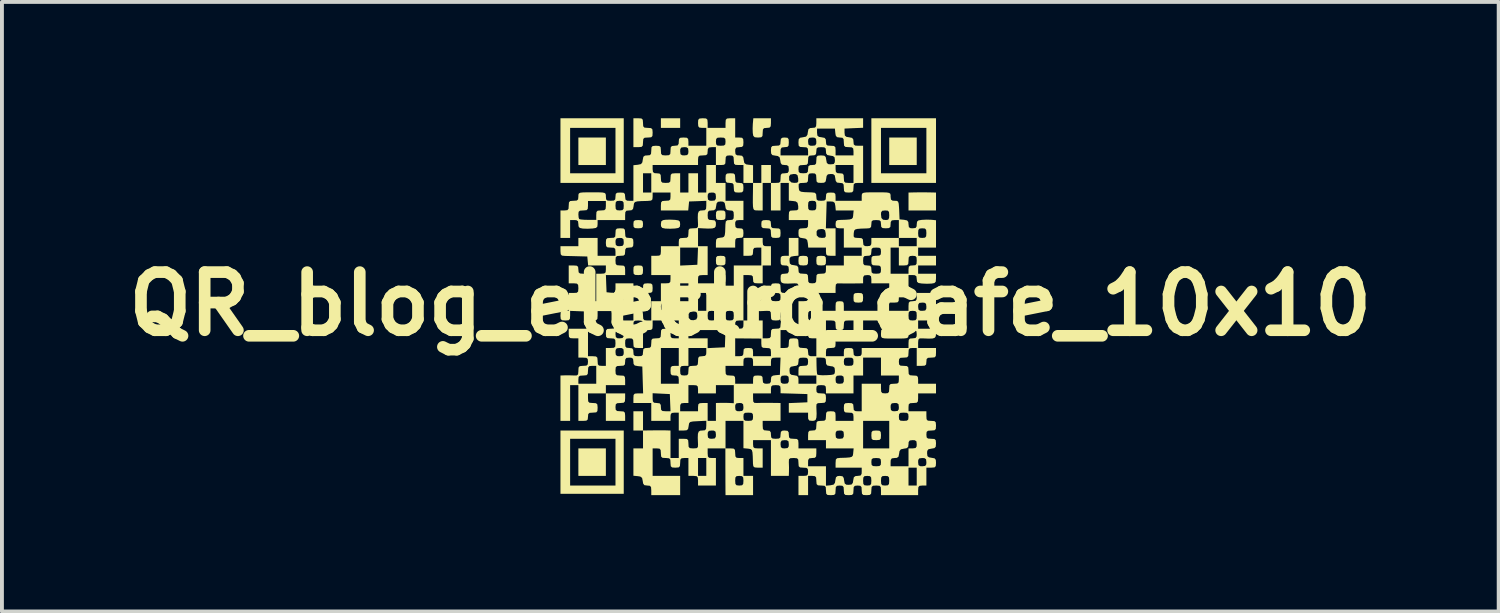
<source format=kicad_pcb>
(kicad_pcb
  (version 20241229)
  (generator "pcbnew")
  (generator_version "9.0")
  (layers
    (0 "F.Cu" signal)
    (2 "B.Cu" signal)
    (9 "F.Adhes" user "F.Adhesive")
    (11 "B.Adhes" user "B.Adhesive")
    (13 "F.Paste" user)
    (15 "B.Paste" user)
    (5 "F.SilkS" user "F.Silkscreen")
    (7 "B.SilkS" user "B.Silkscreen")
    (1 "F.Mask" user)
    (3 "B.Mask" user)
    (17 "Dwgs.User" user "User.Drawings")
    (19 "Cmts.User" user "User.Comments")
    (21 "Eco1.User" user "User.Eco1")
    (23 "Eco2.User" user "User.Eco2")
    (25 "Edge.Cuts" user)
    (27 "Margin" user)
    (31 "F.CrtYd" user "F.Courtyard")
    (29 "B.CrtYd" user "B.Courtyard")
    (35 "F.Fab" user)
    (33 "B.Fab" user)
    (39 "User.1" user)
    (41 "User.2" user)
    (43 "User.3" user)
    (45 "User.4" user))
  (footprint "QR_blog_electro_cafe_10x10"
    (layer "F.Cu")
    (at 16.3 4.789)
    (property "Reference" "QR_blog_electro_cafe_10x10" (at 0 0 0) (layer "F.SilkS") (effects (font (size 1.5 1.5) (thickness 0.3))))
    (attr board_only exclude_from_pos_files exclude_from_bom)
    (fp_poly (pts (xy -3.725 -3.938) (xy -3.725 -3.583) (xy -4.08 -3.583) (xy -4.434 -3.583) (xy -4.434 -3.938) (xy -4.434 -4.292) (xy -4.08 -4.292) (xy -3.725 -4.292)) (stroke (width 0) (type solid)) (fill yes) (layer "F.SilkS"))
    (fp_poly (pts (xy -3.725 4.08) (xy -3.725 4.434) (xy -4.08 4.434) (xy -4.434 4.434) (xy -4.434 4.08) (xy -4.434 3.725) (xy -4.08 3.725) (xy -3.725 3.725)) (stroke (width 0) (type solid)) (fill yes) (layer "F.SilkS"))
    (fp_poly (pts (xy -1.809 -4.665) (xy -1.809 -4.541) (xy -2.058 -4.541) (xy -2.306 -4.541) (xy -2.306 -4.665) (xy -2.306 -4.789) (xy -2.058 -4.789) (xy -1.809 -4.789)) (stroke (width 0) (type solid)) (fill yes) (layer "F.SilkS"))
    (fp_poly (pts (xy 4.292 -3.938) (xy 4.292 -3.583) (xy 3.938 -3.583) (xy 3.583 -3.583) (xy 3.583 -3.938) (xy 3.583 -4.292) (xy 3.938 -4.292) (xy 4.292 -4.292)) (stroke (width 0) (type solid)) (fill yes) (layer "F.SilkS"))
    (fp_poly (pts (xy -2.808 -2.158) (xy -2.774 -2.128) (xy -2.767 -2.058) (xy -2.774 -1.986) (xy -2.809 -1.957) (xy -2.891 -1.951) (xy -2.975 -1.957) (xy -3.009 -1.987) (xy -3.015 -2.058) (xy -3.008 -2.129) (xy -2.973 -2.158) (xy -2.891 -2.164)) (stroke (width 0) (type solid)) (fill yes) (layer "F.SilkS"))
    (fp_poly (pts (xy 4.558 -2.878) (xy 4.672 -2.876) (xy 4.683 -2.876) (xy 4.789 -2.873) (xy 4.789 -2.643) (xy 4.789 -2.412) (xy 4.434 -2.412) (xy 4.08 -2.412) (xy 4.08 -2.643) (xy 4.08 -2.873) (xy 4.186 -2.876) (xy 4.295 -2.878) (xy 4.421 -2.879) (xy 4.434 -2.879)) (stroke (width 0) (type solid)) (fill yes) (layer "F.SilkS"))
    (fp_poly (pts (xy -2.808 -0.988) (xy -2.774 -0.957) (xy -2.767 -0.879) (xy -2.767 -0.869) (xy -2.773 -0.786) (xy -2.804 -0.752) (xy -2.882 -0.745) (xy -2.891 -0.745) (xy -2.974 -0.75) (xy -3.009 -0.781) (xy -3.015 -0.86) (xy -3.015 -0.869) (xy -3.01 -0.952) (xy -2.979 -0.986) (xy -2.901 -0.993) (xy -2.891 -0.993)) (stroke (width 0) (type solid)) (fill yes) (layer "F.SilkS"))
    (fp_poly (pts (xy -2.56 -0.527) (xy -2.526 -0.496) (xy -2.519 -0.417) (xy -2.519 -0.408) (xy -2.524 -0.325) (xy -2.555 -0.291) (xy -2.633 -0.284) (xy -2.643 -0.284) (xy -2.726 -0.289) (xy -2.76 -0.32) (xy -2.767 -0.399) (xy -2.767 -0.408) (xy -2.762 -0.491) (xy -2.731 -0.525) (xy -2.652 -0.532) (xy -2.643 -0.532)) (stroke (width 0) (type solid)) (fill yes) (layer "F.SilkS"))
    (fp_poly (pts (xy -0.679 -2.407) (xy -0.645 -2.376) (xy -0.639 -2.298) (xy -0.639 -2.288) (xy -0.644 -2.205) (xy -0.675 -2.171) (xy -0.753 -2.164) (xy -0.763 -2.164) (xy -0.846 -2.169) (xy -0.88 -2.2) (xy -0.887 -2.279) (xy -0.887 -2.288) (xy -0.881 -2.371) (xy -0.85 -2.405) (xy -0.772 -2.412) (xy -0.763 -2.412)) (stroke (width 0) (type solid)) (fill yes) (layer "F.SilkS"))
    (fp_poly (pts (xy -0.679 -1.236) (xy -0.645 -1.205) (xy -0.639 -1.127) (xy -0.639 -1.117) (xy -0.644 -1.034) (xy -0.675 -1) (xy -0.753 -0.993) (xy -0.763 -0.993) (xy -0.846 -0.999) (xy -0.88 -1.03) (xy -0.887 -1.108) (xy -0.887 -1.117) (xy -0.881 -1.201) (xy -0.85 -1.235) (xy -0.772 -1.242) (xy -0.763 -1.242)) (stroke (width 0) (type solid)) (fill yes) (layer "F.SilkS"))
    (fp_poly (pts (xy 1.449 -1.236) (xy 1.483 -1.205) (xy 1.49 -1.127) (xy 1.49 -1.117) (xy 1.484 -1.034) (xy 1.453 -1) (xy 1.375 -0.993) (xy 1.366 -0.993) (xy 1.283 -0.999) (xy 1.248 -1.03) (xy 1.242 -1.108) (xy 1.242 -1.117) (xy 1.247 -1.201) (xy 1.278 -1.235) (xy 1.356 -1.242) (xy 1.366 -1.242)) (stroke (width 0) (type solid)) (fill yes) (layer "F.SilkS"))
    (fp_poly (pts (xy 1.91 -1.236) (xy 1.944 -1.205) (xy 1.951 -1.127) (xy 1.951 -1.117) (xy 1.946 -1.034) (xy 1.915 -1) (xy 1.836 -0.993) (xy 1.827 -0.993) (xy 1.744 -0.999) (xy 1.71 -1.03) (xy 1.703 -1.108) (xy 1.703 -1.117) (xy 1.708 -1.201) (xy 1.739 -1.235) (xy 1.818 -1.242) (xy 1.827 -1.242)) (stroke (width 0) (type solid)) (fill yes) (layer "F.SilkS"))
    (fp_poly (pts (xy 2.868 -0.278) (xy 2.902 -0.247) (xy 2.909 -0.169) (xy 2.909 -0.16) (xy 2.903 -0.076) (xy 2.872 -0.042) (xy 2.794 -0.035) (xy 2.785 -0.035) (xy 2.702 -0.041) (xy 2.667 -0.072) (xy 2.661 -0.15) (xy 2.661 -0.16) (xy 2.666 -0.243) (xy 2.697 -0.277) (xy 2.775 -0.284) (xy 2.785 -0.284)) (stroke (width 0) (type solid)) (fill yes) (layer "F.SilkS"))
    (fp_poly (pts (xy 3.329 3.269) (xy 3.363 3.3) (xy 3.37 3.378) (xy 3.37 3.388) (xy 3.365 3.471) (xy 3.334 3.505) (xy 3.255 3.512) (xy 3.246 3.512) (xy 3.163 3.507) (xy 3.129 3.476) (xy 3.122 3.397) (xy 3.122 3.388) (xy 3.127 3.305) (xy 3.158 3.271) (xy 3.236 3.264) (xy 3.246 3.264)) (stroke (width 0) (type solid)) (fill yes) (layer "F.SilkS"))
    (fp_poly (pts (xy -3.264 -3.955) (xy -3.264 -3.122) (xy -4.08 -3.122) (xy -4.896 -3.122) (xy -4.896 -3.955) (xy -4.647 -3.955) (xy -4.647 -3.37) (xy -4.062 -3.37) (xy -3.477 -3.37) (xy -3.477 -3.955) (xy -3.477 -4.541) (xy -4.062 -4.541) (xy -4.647 -4.541) (xy -4.647 -3.955) (xy -4.896 -3.955) (xy -4.896 -4.789) (xy -4.08 -4.789) (xy -3.264 -4.789)) (stroke (width 0) (type solid)) (fill yes) (layer "F.SilkS"))
    (fp_poly (pts (xy -3.264 4.08) (xy -3.264 4.896) (xy -4.08 4.896) (xy -4.896 4.896) (xy -4.896 4.08) (xy -4.647 4.08) (xy -4.647 4.683) (xy -4.062 4.683) (xy -3.477 4.683) (xy -3.477 4.08) (xy -3.477 3.477) (xy -4.062 3.477) (xy -4.647 3.477) (xy -4.647 4.08) (xy -4.896 4.08) (xy -4.896 3.264) (xy -4.08 3.264) (xy -3.264 3.264)) (stroke (width 0) (type solid)) (fill yes) (layer "F.SilkS"))
    (fp_poly (pts (xy -1.946 -2.169) (xy -1.942 -2.169) (xy -1.854 -2.155) (xy -1.817 -2.123) (xy -1.809 -2.058) (xy -1.817 -1.991) (xy -1.856 -1.96) (xy -1.942 -1.946) (xy -2.068 -1.94) (xy -2.188 -1.944) (xy -2.191 -1.944) (xy -2.271 -1.961) (xy -2.302 -2.002) (xy -2.306 -2.058) (xy -2.296 -2.129) (xy -2.253 -2.161) (xy -2.191 -2.171) (xy -2.072 -2.175)) (stroke (width 0) (type solid)) (fill yes) (layer "F.SilkS"))
    (fp_poly (pts (xy 4.789 -3.955) (xy 4.789 -3.122) (xy 3.955 -3.122) (xy 3.122 -3.122) (xy 3.122 -3.955) (xy 3.37 -3.955) (xy 3.37 -3.37) (xy 3.955 -3.37) (xy 4.541 -3.37) (xy 4.541 -3.955) (xy 4.541 -4.541) (xy 3.955 -4.541) (xy 3.37 -4.541) (xy 3.37 -3.955) (xy 3.122 -3.955) (xy 3.122 -4.789) (xy 3.955 -4.789) (xy 4.789 -4.789)) (stroke (width 0) (type solid)) (fill yes) (layer "F.SilkS"))
    (fp_poly (pts (xy 0.532 -4.665) (xy 0.526 -4.582) (xy 0.496 -4.547) (xy 0.426 -4.541) (xy 0.354 -4.534) (xy 0.325 -4.499) (xy 0.319 -4.417) (xy 0.314 -4.333) (xy 0.283 -4.299) (xy 0.205 -4.292) (xy 0.197 -4.292) (xy 0.114 -4.299) (xy 0.077 -4.334) (xy 0.064 -4.408) (xy 0.06 -4.526) (xy 0.065 -4.653) (xy 0.066 -4.656) (xy 0.078 -4.789) (xy 0.305 -4.789) (xy 0.532 -4.789)) (stroke (width 0) (type solid)) (fill yes) (layer "F.SilkS"))
    (fp_poly (pts (xy -3.228 2.43) (xy -3.234 2.513) (xy -3.265 2.547) (xy -3.343 2.554) (xy -3.352 2.554) (xy -3.436 2.56) (xy -3.47 2.59) (xy -3.477 2.661) (xy -3.47 2.732) (xy -3.435 2.761) (xy -3.352 2.767) (xy -3.269 2.773) (xy -3.235 2.804) (xy -3.228 2.882) (xy -3.228 2.891) (xy -3.228 3.015) (xy -3.477 3.015) (xy -3.725 3.015) (xy -3.725 2.661) (xy -3.725 2.306) (xy -3.477 2.306) (xy -3.228 2.306)) (stroke (width 0) (type solid)) (fill yes) (layer "F.SilkS"))
    (fp_poly (pts (xy -2.808 -4.784) (xy -2.774 -4.753) (xy -2.767 -4.674) (xy -2.767 -4.665) (xy -2.762 -4.582) (xy -2.731 -4.548) (xy -2.652 -4.541) (xy -2.643 -4.541) (xy -2.56 -4.535) (xy -2.526 -4.504) (xy -2.519 -4.426) (xy -2.519 -4.417) (xy -2.524 -4.333) (xy -2.555 -4.299) (xy -2.633 -4.292) (xy -2.643 -4.292) (xy -2.726 -4.287) (xy -2.76 -4.256) (xy -2.767 -4.178) (xy -2.767 -4.168) (xy -2.773 -4.085) (xy -2.804 -4.051) (xy -2.882 -4.044) (xy -2.891 -4.044) (xy -3.015 -4.044) (xy -3.015 -4.417) (xy -3.015 -4.789) (xy -2.891 -4.789)) (stroke (width 0) (type solid)) (fill yes) (layer "F.SilkS"))
    (fp_poly (pts (xy -0.431 -3.365) (xy -0.397 -3.334) (xy -0.39 -3.255) (xy -0.39 -3.246) (xy -0.384 -3.163) (xy -0.354 -3.128) (xy -0.284 -3.122) (xy -0.212 -3.115) (xy -0.183 -3.08) (xy -0.177 -2.998) (xy -0.183 -2.914) (xy -0.214 -2.88) (xy -0.292 -2.873) (xy -0.302 -2.873) (xy -0.385 -2.879) (xy -0.419 -2.91) (xy -0.426 -2.988) (xy -0.426 -2.998) (xy -0.432 -3.081) (xy -0.462 -3.115) (xy -0.532 -3.122) (xy -0.604 -3.129) (xy -0.633 -3.164) (xy -0.639 -3.246) (xy -0.633 -3.329) (xy -0.602 -3.363) (xy -0.524 -3.37) (xy -0.514 -3.37)) (stroke (width 0) (type solid)) (fill yes) (layer "F.SilkS"))
    (fp_poly (pts (xy 0.491 -2.158) (xy 0.526 -2.128) (xy 0.532 -2.058) (xy 0.539 -1.986) (xy 0.574 -1.957) (xy 0.656 -1.951) (xy 0.74 -1.946) (xy 0.774 -1.915) (xy 0.78 -1.836) (xy 0.78 -1.827) (xy 0.775 -1.744) (xy 0.744 -1.71) (xy 0.666 -1.703) (xy 0.656 -1.703) (xy 0.573 -1.708) (xy 0.539 -1.739) (xy 0.532 -1.818) (xy 0.532 -1.827) (xy 0.527 -1.91) (xy 0.496 -1.944) (xy 0.417 -1.951) (xy 0.408 -1.951) (xy 0.325 -1.957) (xy 0.29 -1.987) (xy 0.284 -2.058) (xy 0.291 -2.129) (xy 0.326 -2.158) (xy 0.408 -2.164)) (stroke (width 0) (type solid)) (fill yes) (layer "F.SilkS"))
    (fp_poly (pts (xy 0.74 -0.527) (xy 0.774 -0.496) (xy 0.78 -0.417) (xy 0.78 -0.408) (xy 0.787 -0.324) (xy 0.816 -0.29) (xy 0.883 -0.284) (xy 0.955 -0.274) (xy 0.988 -0.23) (xy 0.998 -0.169) (xy 1.004 -0.044) (xy 1 0.062) (xy 0.984 0.142) (xy 0.942 0.173) (xy 0.885 0.177) (xy 0.815 0.185) (xy 0.786 0.22) (xy 0.78 0.302) (xy 0.775 0.385) (xy 0.744 0.419) (xy 0.666 0.426) (xy 0.656 0.426) (xy 0.574 0.42) (xy 0.539 0.39) (xy 0.532 0.314) (xy 0.532 0.299) (xy 0.527 0.215) (xy 0.499 0.181) (xy 0.429 0.178) (xy 0.417 0.178) (xy 0.258 0.185) (xy 0.157 0.181) (xy 0.101 0.161) (xy 0.076 0.121) (xy 0.071 0.056) (xy 0.071 0.053) (xy 0.077 -0.03) (xy 0.107 -0.064) (xy 0.177 -0.071) (xy 0.253 -0.08) (xy 0.281 -0.121) (xy 0.284 -0.177) (xy 0.532 -0.177) (xy 0.539 -0.106) (xy 0.574 -0.077) (xy 0.656 -0.071) (xy 0.74 -0.077) (xy 0.774 -0.107) (xy 0.78 -0.177) (xy 0.774 -0.249) (xy 0.738 -0.278) (xy 0.656 -0.284) (xy 0.573 -0.278) (xy 0.539 -0.248) (xy 0.532 -0.177) (xy 0.284 -0.177) (xy 0.291 -0.249) (xy 0.326 -0.278) (xy 0.408 -0.284) (xy 0.491 -0.289) (xy 0.525 -0.32) (xy 0.532 -0.399) (xy 0.532 -0.408) (xy 0.538 -0.491) (xy 0.569 -0.525) (xy 0.647 -0.532) (xy 0.656 -0.532)) (stroke (width 0) (type solid)) (fill yes) (layer "F.SilkS"))
    (fp_poly (pts (xy -0.39 -4.541) (xy -0.39 -4.292) (xy -0.284 -4.292) (xy -0.212 -4.286) (xy -0.183 -4.25) (xy -0.177 -4.168) (xy -0.183 -4.085) (xy -0.213 -4.051) (xy -0.284 -4.044) (xy -0.359 -4.035) (xy -0.387 -3.994) (xy -0.39 -3.938) (xy -0.381 -3.862) (xy -0.34 -3.834) (xy -0.286 -3.831) (xy -0.213 -3.822) (xy -0.181 -3.78) (xy -0.171 -3.716) (xy -0.154 -3.635) (xy -0.107 -3.6) (xy -0.044 -3.59) (xy 0.071 -3.578) (xy 0.071 -3.35) (xy 0.071 -3.122) (xy 0.177 -3.122) (xy 0.284 -3.122) (xy 0.284 -3.352) (xy 0.284 -3.583) (xy 0.408 -3.583) (xy 0.532 -3.583) (xy 0.532 -3.352) (xy 0.532 -3.122) (xy 0.656 -3.122) (xy 0.74 -3.127) (xy 0.774 -3.158) (xy 0.78 -3.236) (xy 0.78 -3.246) (xy 0.783 -3.288) (xy 1 -3.288) (xy 1.003 -3.188) (xy 1.06 -3.133) (xy 1.136 -3.122) (xy 1.211 -3.128) (xy 1.237 -3.162) (xy 1.235 -3.237) (xy 1.219 -3.317) (xy 1.178 -3.348) (xy 1.118 -3.352) (xy 1.031 -3.336) (xy 1 -3.288) (xy 0.783 -3.288) (xy 0.786 -3.329) (xy 0.816 -3.364) (xy 0.887 -3.37) (xy 0.962 -3.379) (xy 0.99 -3.42) (xy 0.993 -3.477) (xy 1.242 -3.477) (xy 1.249 -3.405) (xy 1.284 -3.376) (xy 1.366 -3.37) (xy 1.449 -3.376) (xy 1.483 -3.406) (xy 1.49 -3.477) (xy 2.199 -3.477) (xy 2.208 -3.401) (xy 2.25 -3.373) (xy 2.306 -3.37) (xy 2.377 -3.363) (xy 2.407 -3.328) (xy 2.412 -3.246) (xy 2.418 -3.163) (xy 2.449 -3.129) (xy 2.527 -3.122) (xy 2.536 -3.122) (xy 2.661 -3.122) (xy 2.661 -3.352) (xy 2.661 -3.583) (xy 2.43 -3.583) (xy 2.199 -3.583) (xy 2.199 -3.477) (xy 1.49 -3.477) (xy 1.499 -3.552) (xy 1.54 -3.58) (xy 1.596 -3.583) (xy 1.668 -3.59) (xy 1.697 -3.625) (xy 1.703 -3.707) (xy 1.708 -3.79) (xy 1.739 -3.824) (xy 1.817 -3.831) (xy 1.825 -3.831) (xy 1.908 -3.824) (xy 1.945 -3.79) (xy 1.958 -3.716) (xy 1.974 -3.636) (xy 2.015 -3.605) (xy 2.075 -3.601) (xy 2.151 -3.609) (xy 2.178 -3.651) (xy 2.182 -3.707) (xy 2.173 -3.782) (xy 2.131 -3.814) (xy 2.066 -3.825) (xy 1.986 -3.841) (xy 1.955 -3.882) (xy 1.951 -3.94) (xy 1.944 -4.01) (xy 1.908 -4.039) (xy 1.827 -4.044) (xy 1.744 -4.038) (xy 1.709 -4.008) (xy 1.703 -3.938) (xy 1.694 -3.862) (xy 1.653 -3.835) (xy 1.596 -3.831) (xy 1.525 -3.824) (xy 1.496 -3.789) (xy 1.49 -3.707) (xy 1.484 -3.624) (xy 1.453 -3.59) (xy 1.375 -3.583) (xy 1.366 -3.583) (xy 1.282 -3.577) (xy 1.248 -3.547) (xy 1.242 -3.477) (xy 0.993 -3.477) (xy 0.984 -3.552) (xy 0.943 -3.58) (xy 0.889 -3.583) (xy 0.816 -3.592) (xy 0.784 -3.635) (xy 0.774 -3.698) (xy 0.757 -3.78) (xy 0.71 -3.815) (xy 0.647 -3.825) (xy 0.569 -3.839) (xy 0.538 -3.879) (xy 0.532 -3.958) (xy 0.538 -4.039) (xy 0.569 -4.073) (xy 0.648 -4.08) (xy 0.656 -4.08) (xy 0.74 -4.086) (xy 0.774 -4.116) (xy 0.78 -4.186) (xy 0.789 -4.261) (xy 0.831 -4.289) (xy 0.887 -4.292) (xy 0.958 -4.286) (xy 0.988 -4.25) (xy 0.993 -4.168) (xy 0.987 -4.085) (xy 0.957 -4.051) (xy 0.887 -4.044) (xy 0.811 -4.035) (xy 0.784 -3.994) (xy 0.78 -3.938) (xy 0.78 -3.831) (xy 1.135 -3.831) (xy 1.49 -3.831) (xy 1.49 -3.938) (xy 1.483 -4.009) (xy 1.448 -4.039) (xy 1.366 -4.044) (xy 1.283 -4.05) (xy 1.248 -4.081) (xy 1.242 -4.158) (xy 1.242 -4.166) (xy 1.243 -4.186) (xy 1.49 -4.186) (xy 1.499 -4.111) (xy 1.54 -4.083) (xy 1.596 -4.08) (xy 1.672 -4.088) (xy 1.7 -4.13) (xy 1.703 -4.186) (xy 1.694 -4.261) (xy 1.653 -4.289) (xy 1.596 -4.292) (xy 1.521 -4.284) (xy 1.493 -4.242) (xy 1.49 -4.186) (xy 1.243 -4.186) (xy 1.249 -4.249) (xy 1.283 -4.286) (xy 1.357 -4.299) (xy 1.438 -4.316) (xy 1.473 -4.363) (xy 1.482 -4.417) (xy 1.721 -4.417) (xy 1.73 -4.342) (xy 1.771 -4.309) (xy 1.836 -4.299) (xy 1.916 -4.283) (xy 1.947 -4.242) (xy 1.951 -4.184) (xy 1.958 -4.114) (xy 1.994 -4.085) (xy 2.075 -4.08) (xy 2.158 -4.074) (xy 2.193 -4.043) (xy 2.199 -3.965) (xy 2.199 -3.955) (xy 2.199 -3.831) (xy 2.43 -3.831) (xy 2.661 -3.831) (xy 2.661 -3.938) (xy 2.654 -4.009) (xy 2.619 -4.039) (xy 2.536 -4.044) (xy 2.453 -4.05) (xy 2.419 -4.081) (xy 2.412 -4.159) (xy 2.412 -4.168) (xy 2.406 -4.252) (xy 2.376 -4.286) (xy 2.308 -4.292) (xy 2.235 -4.302) (xy 2.203 -4.344) (xy 2.193 -4.408) (xy 2.182 -4.523) (xy 1.951 -4.523) (xy 1.721 -4.523) (xy 1.721 -4.417) (xy 1.482 -4.417) (xy 1.483 -4.425) (xy 1.499 -4.505) (xy 1.541 -4.536) (xy 1.599 -4.541) (xy 1.669 -4.548) (xy 1.697 -4.584) (xy 1.703 -4.665) (xy 1.703 -4.789) (xy 2.306 -4.789) (xy 2.909 -4.789) (xy 2.909 -4.667) (xy 2.909 -4.544) (xy 2.669 -4.534) (xy 2.43 -4.523) (xy 2.43 -4.417) (xy 2.439 -4.342) (xy 2.481 -4.309) (xy 2.545 -4.299) (xy 2.625 -4.283) (xy 2.656 -4.242) (xy 2.661 -4.184) (xy 2.668 -4.114) (xy 2.704 -4.085) (xy 2.785 -4.08) (xy 2.909 -4.08) (xy 2.909 -3.601) (xy 2.909 -3.122) (xy 2.785 -3.122) (xy 2.702 -3.116) (xy 2.667 -3.085) (xy 2.661 -3.007) (xy 2.661 -2.998) (xy 2.655 -2.914) (xy 2.624 -2.88) (xy 2.546 -2.873) (xy 2.536 -2.873) (xy 2.453 -2.879) (xy 2.419 -2.91) (xy 2.412 -2.988) (xy 2.412 -2.998) (xy 2.406 -3.081) (xy 2.376 -3.115) (xy 2.308 -3.122) (xy 2.235 -3.131) (xy 2.203 -3.174) (xy 2.193 -3.237) (xy 2.177 -3.317) (xy 2.135 -3.348) (xy 2.075 -3.352) (xy 2.001 -3.343) (xy 1.968 -3.302) (xy 1.958 -3.237) (xy 1.943 -3.159) (xy 1.903 -3.127) (xy 1.825 -3.122) (xy 1.743 -3.127) (xy 1.709 -3.159) (xy 1.703 -3.238) (xy 1.703 -3.246) (xy 1.697 -3.329) (xy 1.667 -3.364) (xy 1.596 -3.37) (xy 1.525 -3.363) (xy 1.496 -3.328) (xy 1.49 -3.246) (xy 1.485 -3.163) (xy 1.454 -3.129) (xy 1.377 -3.122) (xy 1.364 -3.122) (xy 1.28 -3.117) (xy 1.248 -3.09) (xy 1.247 -3.021) (xy 1.248 -3.006) (xy 1.255 -2.95) (xy 1.272 -2.914) (xy 1.313 -2.894) (xy 1.392 -2.884) (xy 1.522 -2.879) (xy 1.587 -2.877) (xy 1.667 -2.867) (xy 1.698 -2.83) (xy 1.703 -2.767) (xy 1.71 -2.696) (xy 1.745 -2.666) (xy 1.827 -2.661) (xy 1.91 -2.667) (xy 1.945 -2.697) (xy 1.951 -2.767) (xy 1.958 -2.839) (xy 1.993 -2.868) (xy 2.075 -2.873) (xy 2.159 -2.868) (xy 2.193 -2.837) (xy 2.199 -2.767) (xy 2.199 -2.661) (xy 2.536 -2.661) (xy 2.873 -2.661) (xy 2.873 -2.767) (xy 2.875 -2.817) (xy 2.887 -2.849) (xy 2.924 -2.868) (xy 2.996 -2.877) (xy 3.118 -2.879) (xy 3.246 -2.879) (xy 3.412 -2.879) (xy 3.519 -2.875) (xy 3.581 -2.864) (xy 3.61 -2.842) (xy 3.618 -2.806) (xy 3.618 -2.767) (xy 3.627 -2.692) (xy 3.669 -2.664) (xy 3.723 -2.661) (xy 3.779 -2.658) (xy 3.811 -2.639) (xy 3.827 -2.589) (xy 3.835 -2.492) (xy 3.839 -2.421) (xy 3.849 -2.182) (xy 3.964 -2.171) (xy 4.044 -2.154) (xy 4.075 -2.113) (xy 4.08 -2.055) (xy 4.089 -1.981) (xy 4.131 -1.954) (xy 4.186 -1.951) (xy 4.262 -1.96) (xy 4.289 -2.001) (xy 4.292 -2.054) (xy 4.3 -2.122) (xy 4.337 -2.155) (xy 4.424 -2.169) (xy 4.425 -2.169) (xy 4.551 -2.175) (xy 4.671 -2.171) (xy 4.674 -2.171) (xy 4.789 -2.159) (xy 4.789 -1.807) (xy 4.789 -1.454) (xy 4.559 -1.454) (xy 4.328 -1.454) (xy 4.328 -1.348) (xy 4.328 -1.242) (xy 4.559 -1.242) (xy 4.789 -1.242) (xy 4.789 -1.117) (xy 4.789 -0.993) (xy 4.559 -0.993) (xy 4.328 -0.993) (xy 4.328 -0.887) (xy 4.328 -0.78) (xy 4.559 -0.78) (xy 4.789 -0.78) (xy 4.789 -0.659) (xy 4.782 -0.575) (xy 4.748 -0.539) (xy 4.674 -0.526) (xy 4.555 -0.521) (xy 4.429 -0.527) (xy 4.425 -0.527) (xy 4.338 -0.541) (xy 4.3 -0.573) (xy 4.292 -0.641) (xy 4.292 -0.642) (xy 4.283 -0.715) (xy 4.241 -0.742) (xy 4.186 -0.745) (xy 4.08 -0.745) (xy 4.08 -0.514) (xy 4.08 -0.284) (xy 3.955 -0.284) (xy 3.872 -0.278) (xy 3.838 -0.247) (xy 3.831 -0.169) (xy 3.831 -0.16) (xy 3.826 -0.076) (xy 3.795 -0.042) (xy 3.717 -0.035) (xy 3.707 -0.035) (xy 3.583 -0.035) (xy 3.583 -0.284) (xy 3.583 -0.532) (xy 3.352 -0.532) (xy 3.122 -0.532) (xy 3.122 -0.639) (xy 3.113 -0.714) (xy 3.072 -0.742) (xy 3.015 -0.745) (xy 2.94 -0.736) (xy 2.912 -0.695) (xy 2.909 -0.639) (xy 2.909 -0.532) (xy 2.669 -0.529) (xy 2.526 -0.528) (xy 2.394 -0.529) (xy 2.315 -0.531) (xy 2.238 -0.53) (xy 2.206 -0.501) (xy 2.199 -0.424) (xy 2.199 -0.411) (xy 2.199 -0.284) (xy 1.953 -0.284) (xy 1.707 -0.284) (xy 1.707 -0.053) (xy 1.707 0.177) (xy 1.953 0.177) (xy 2.199 0.177) (xy 2.199 0.053) (xy 2.205 -0.03) (xy 2.235 -0.064) (xy 2.306 -0.071) (xy 2.377 -0.064) (xy 2.407 -0.029) (xy 2.412 0.053) (xy 2.412 0.177) (xy 3.246 0.177) (xy 4.08 0.177) (xy 4.08 0.071) (xy 4.328 0.071) (xy 4.337 0.146) (xy 4.378 0.174) (xy 4.434 0.177) (xy 4.51 0.169) (xy 4.538 0.127) (xy 4.541 0.071) (xy 4.532 -0.004) (xy 4.491 -0.032) (xy 4.434 -0.035) (xy 4.359 -0.027) (xy 4.331 0.015) (xy 4.328 0.071) (xy 4.08 0.071) (xy 4.08 0.053) (xy 4.086 -0.03) (xy 4.116 -0.064) (xy 4.186 -0.071) (xy 4.261 -0.08) (xy 4.289 -0.121) (xy 4.292 -0.177) (xy 4.292 -0.284) (xy 4.541 -0.284) (xy 4.789 -0.284) (xy 4.789 0.071) (xy 4.789 0.426) (xy 4.559 0.426) (xy 4.328 0.426) (xy 4.328 0.532) (xy 4.328 0.639) (xy 4.559 0.639) (xy 4.789 0.639) (xy 4.789 0.763) (xy 4.784 0.829) (xy 4.761 0.869) (xy 4.706 0.89) (xy 4.606 0.894) (xy 4.45 0.888) (xy 4.443 0.888) (xy 4.367 0.889) (xy 4.335 0.918) (xy 4.328 0.995) (xy 4.328 1.008) (xy 4.328 1.135) (xy 4.559 1.135) (xy 4.789 1.135) (xy 4.789 1.259) (xy 4.784 1.343) (xy 4.753 1.377) (xy 4.674 1.384) (xy 4.665 1.384) (xy 4.582 1.389) (xy 4.547 1.42) (xy 4.541 1.49) (xy 4.534 1.561) (xy 4.499 1.591) (xy 4.417 1.596) (xy 4.292 1.596) (xy 4.292 1.366) (xy 4.292 1.135) (xy 4.186 1.135) (xy 4.115 1.142) (xy 4.085 1.177) (xy 4.08 1.259) (xy 4.074 1.343) (xy 4.043 1.377) (xy 3.965 1.384) (xy 3.955 1.384) (xy 3.872 1.389) (xy 3.838 1.42) (xy 3.831 1.49) (xy 3.838 1.561) (xy 3.873 1.591) (xy 3.955 1.596) (xy 4.039 1.602) (xy 4.073 1.633) (xy 4.08 1.711) (xy 4.08 1.721) (xy 4.085 1.804) (xy 4.116 1.838) (xy 4.194 1.845) (xy 4.204 1.845) (xy 4.287 1.851) (xy 4.321 1.881) (xy 4.328 1.951) (xy 4.328 2.058) (xy 4.559 2.058) (xy 4.789 2.058) (xy 4.789 2.182) (xy 4.789 2.306) (xy 4.559 2.306) (xy 4.328 2.306) (xy 4.328 2.43) (xy 4.322 2.513) (xy 4.291 2.547) (xy 4.213 2.554) (xy 4.204 2.554) (xy 4.12 2.56) (xy 4.086 2.59) (xy 4.08 2.661) (xy 4.08 2.767) (xy 4.31 2.767) (xy 4.541 2.767) (xy 4.541 2.891) (xy 4.546 2.974) (xy 4.577 3.009) (xy 4.655 3.015) (xy 4.665 3.015) (xy 4.748 3.021) (xy 4.782 3.052) (xy 4.789 3.13) (xy 4.789 3.14) (xy 4.784 3.223) (xy 4.753 3.257) (xy 4.674 3.264) (xy 4.665 3.264) (xy 4.582 3.27) (xy 4.547 3.3) (xy 4.541 3.37) (xy 4.548 3.442) (xy 4.583 3.471) (xy 4.665 3.477) (xy 4.748 3.482) (xy 4.782 3.513) (xy 4.789 3.59) (xy 4.789 3.598) (xy 4.782 3.682) (xy 4.748 3.718) (xy 4.674 3.731) (xy 4.594 3.747) (xy 4.563 3.789) (xy 4.559 3.849) (xy 4.568 3.924) (xy 4.609 3.956) (xy 4.674 3.967) (xy 4.752 3.981) (xy 4.784 4.021) (xy 4.789 4.1) (xy 4.783 4.181) (xy 4.752 4.215) (xy 4.673 4.221) (xy 4.665 4.222) (xy 4.541 4.222) (xy 4.541 4.452) (xy 4.541 4.683) (xy 4.434 4.683) (xy 4.363 4.69) (xy 4.334 4.725) (xy 4.328 4.807) (xy 4.328 4.931) (xy 3.849 4.931) (xy 3.37 4.931) (xy 3.37 4.807) (xy 3.365 4.724) (xy 3.334 4.689) (xy 3.255 4.683) (xy 3.246 4.683) (xy 3.163 4.688) (xy 3.129 4.719) (xy 3.122 4.797) (xy 3.122 4.807) (xy 3.116 4.89) (xy 3.085 4.924) (xy 3.007 4.931) (xy 2.998 4.931) (xy 2.914 4.926) (xy 2.88 4.895) (xy 2.873 4.816) (xy 2.873 4.807) (xy 2.868 4.723) (xy 2.837 4.689) (xy 2.767 4.683) (xy 2.696 4.69) (xy 2.666 4.725) (xy 2.661 4.807) (xy 2.655 4.89) (xy 2.624 4.924) (xy 2.546 4.931) (xy 2.536 4.931) (xy 2.453 4.926) (xy 2.419 4.895) (xy 2.412 4.816) (xy 2.412 4.807) (xy 2.406 4.723) (xy 2.376 4.689) (xy 2.306 4.683) (xy 2.234 4.69) (xy 2.205 4.725) (xy 2.199 4.807) (xy 2.194 4.89) (xy 2.163 4.924) (xy 2.085 4.931) (xy 2.075 4.931) (xy 1.992 4.926) (xy 1.958 4.895) (xy 1.951 4.816) (xy 1.951 4.807) (xy 1.946 4.724) (xy 1.915 4.689) (xy 1.836 4.683) (xy 1.827 4.683) (xy 1.744 4.677) (xy 1.71 4.646) (xy 1.703 4.568) (xy 1.703 4.559) (xy 1.697 4.475) (xy 1.667 4.441) (xy 1.596 4.434) (xy 1.49 4.434) (xy 1.49 4.683) (xy 1.49 4.931) (xy 1.366 4.931) (xy 1.242 4.931) (xy 1.242 4.683) (xy 1.242 4.434) (xy 1.366 4.434) (xy 1.449 4.428) (xy 1.483 4.398) (xy 1.49 4.328) (xy 1.483 4.256) (xy 1.448 4.227) (xy 1.366 4.222) (xy 1.283 4.216) (xy 1.248 4.185) (xy 1.242 4.107) (xy 1.242 4.097) (xy 1.236 4.015) (xy 1.206 3.98) (xy 1.129 3.973) (xy 1.115 3.973) (xy 1.031 3.978) (xy 0.997 4.006) (xy 0.994 4.076) (xy 0.994 4.088) (xy 0.998 4.214) (xy 0.997 4.319) (xy 0.993 4.434) (xy 0.763 4.434) (xy 0.532 4.434) (xy 0.532 3.973) (xy 0.532 3.618) (xy 0.78 3.618) (xy 0.789 3.694) (xy 0.831 3.722) (xy 0.887 3.725) (xy 0.962 3.716) (xy 0.99 3.675) (xy 0.993 3.618) (xy 0.985 3.543) (xy 0.943 3.515) (xy 0.887 3.512) (xy 0.811 3.521) (xy 0.784 3.562) (xy 0.78 3.618) (xy 0.532 3.618) (xy 0.532 3.512) (xy 0.302 3.512) (xy 0.071 3.512) (xy 0.071 3.618) (xy 0.078 3.69) (xy 0.113 3.719) (xy 0.195 3.725) (xy 0.319 3.725) (xy 0.319 3.973) (xy 0.319 4.222) (xy 0.195 4.222) (xy 0.114 4.216) (xy 0.078 4.187) (xy 0.068 4.113) (xy 0.068 4.088) (xy 0.063 3.93) (xy 0.056 3.829) (xy 0.041 3.772) (xy 0.014 3.745) (xy -0.031 3.735) (xy -0.062 3.731) (xy -0.177 3.72) (xy -0.177 3.368) (xy -0.177 3.015) (xy -0.408 3.015) (xy -0.639 3.015) (xy -0.639 3.37) (xy -0.639 3.725) (xy -0.514 3.725) (xy -0.431 3.73) (xy -0.397 3.761) (xy -0.39 3.84) (xy -0.39 3.849) (xy -0.384 3.932) (xy -0.354 3.967) (xy -0.284 3.973) (xy -0.177 3.973) (xy -0.177 4.204) (xy -0.177 4.434) (xy -0.053 4.434) (xy 0.071 4.434) (xy 0.071 4.683) (xy 0.071 4.931) (xy -0.284 4.931) (xy -0.639 4.931) (xy -0.641 4.798) (xy -0.641 4.712) (xy -0.642 4.573) (xy -0.642 4.559) (xy -0.39 4.559) (xy -0.384 4.642) (xy -0.354 4.676) (xy -0.284 4.683) (xy -0.212 4.676) (xy -0.183 4.641) (xy -0.177 4.559) (xy -0.183 4.475) (xy -0.213 4.441) (xy -0.284 4.434) (xy -0.355 4.441) (xy -0.385 4.476) (xy -0.39 4.559) (xy -0.642 4.559) (xy -0.642 4.401) (xy -0.643 4.213) (xy -0.643 4.195) (xy -0.643 3.725) (xy -0.871 3.725) (xy -1.1 3.725) (xy -1.1 3.849) (xy -1.094 3.932) (xy -1.064 3.967) (xy -0.993 3.973) (xy -0.887 3.973) (xy -0.887 4.328) (xy -0.887 4.683) (xy -1.117 4.683) (xy -1.348 4.683) (xy -1.348 4.559) (xy -1.354 4.475) (xy -1.385 4.441) (xy -1.463 4.434) (xy -1.472 4.434) (xy -1.596 4.434) (xy -1.596 4.204) (xy -1.348 4.204) (xy -1.348 4.434) (xy -1.242 4.434) (xy -1.135 4.434) (xy -1.135 4.204) (xy -1.135 3.973) (xy -1.242 3.973) (xy -1.348 3.973) (xy -1.348 4.204) (xy -1.596 4.204) (xy -1.596 3.973) (xy -1.703 3.973) (xy -1.774 3.98) (xy -1.804 4.015) (xy -1.809 4.097) (xy -1.815 4.181) (xy -1.846 4.215) (xy -1.924 4.221) (xy -1.933 4.222) (xy -2.017 4.216) (xy -2.051 4.185) (xy -2.058 4.107) (xy -2.058 4.097) (xy -2.063 4.014) (xy -2.094 3.98) (xy -2.172 3.973) (xy -2.182 3.973) (xy -2.265 3.968) (xy -2.299 3.937) (xy -2.306 3.858) (xy -2.306 3.849) (xy -2.312 3.766) (xy -2.342 3.731) (xy -2.412 3.725) (xy -2.519 3.725) (xy -2.519 4.08) (xy -2.519 4.434) (xy -2.164 4.434) (xy -1.809 4.434) (xy -1.809 4.683) (xy -1.809 4.931) (xy -2.182 4.931) (xy -2.554 4.931) (xy -2.554 4.807) (xy -2.56 4.723) (xy -2.59 4.689) (xy -2.658 4.683) (xy -2.732 4.673) (xy -2.764 4.631) (xy -2.774 4.567) (xy -2.791 4.486) (xy -2.837 4.451) (xy -2.9 4.441) (xy -3.015 4.43) (xy -3.015 4.077) (xy -3.015 3.725) (xy -2.891 3.725) (xy -2.767 3.725) (xy -2.767 3.494) (xy -2.767 3.264) (xy -2.891 3.264) (xy -3.015 3.264) (xy -3.015 3.015) (xy -3.015 2.767) (xy -2.891 2.767) (xy -2.767 2.767) (xy -2.767 3.015) (xy -2.767 3.263) (xy -2.528 3.26) (xy -2.384 3.259) (xy -2.252 3.259) (xy -2.173 3.26) (xy -2.058 3.264) (xy -2.058 3.618) (xy -2.058 3.973) (xy -1.951 3.973) (xy -1.845 3.973) (xy -1.845 3.725) (xy -1.845 3.477) (xy -1.721 3.477) (xy -1.637 3.482) (xy -1.603 3.513) (xy -1.596 3.591) (xy -1.596 3.601) (xy -1.591 3.683) (xy -1.561 3.718) (xy -1.484 3.725) (xy -1.469 3.725) (xy -1.385 3.72) (xy -1.352 3.692) (xy -1.348 3.622) (xy -1.349 3.61) (xy -1.355 3.45) (xy -1.352 3.37) (xy -1.1 3.37) (xy -1.091 3.445) (xy -1.049 3.473) (xy -0.993 3.477) (xy -0.918 3.468) (xy -0.89 3.426) (xy -0.887 3.37) (xy -0.896 3.295) (xy -0.937 3.267) (xy -0.993 3.264) (xy -1.069 3.272) (xy -1.096 3.314) (xy -1.1 3.37) (xy -1.352 3.37) (xy -1.351 3.349) (xy -1.331 3.292) (xy -1.293 3.268) (xy -1.242 3.264) (xy -1.17 3.257) (xy -1.141 3.222) (xy -1.135 3.139) (xy -1.135 3.138) (xy -1.135 3.012) (xy -1.357 3.023) (xy -1.478 3.03) (xy -1.545 3.043) (xy -1.576 3.071) (xy -1.587 3.124) (xy -1.59 3.148) (xy -1.605 3.227) (xy -1.644 3.258) (xy -1.723 3.264) (xy -1.845 3.264) (xy -1.845 3.033) (xy -1.845 2.803) (xy -1.951 2.803) (xy -2.026 2.811) (xy -2.054 2.853) (xy -2.058 2.909) (xy -2.058 3.015) (xy -2.306 3.015) (xy -2.554 3.015) (xy -2.554 2.785) (xy -2.554 2.554) (xy -2.785 2.554) (xy -3.015 2.554) (xy -3.015 2.43) (xy -3.015 2.428) (xy -2.519 2.428) (xy -2.513 2.512) (xy -2.484 2.547) (xy -2.413 2.554) (xy -2.412 2.554) (xy -2.337 2.563) (xy -2.309 2.604) (xy -2.306 2.661) (xy -2.299 2.732) (xy -2.264 2.761) (xy -2.182 2.767) (xy -2.058 2.767) (xy -2.062 2.661) (xy -1.809 2.661) (xy -1.809 2.767) (xy -1.579 2.767) (xy -1.348 2.767) (xy -1.348 2.661) (xy -1.341 2.589) (xy -1.306 2.56) (xy -1.224 2.554) (xy -1.1 2.554) (xy -1.1 2.785) (xy -1.1 3.015) (xy -0.993 3.015) (xy -0.887 3.015) (xy -0.887 2.909) (xy -0.177 2.909) (xy -0.17 2.98) (xy -0.135 3.01) (xy -0.053 3.015) (xy 0.03 3.009) (xy 0.064 2.979) (xy 0.071 2.909) (xy 0.064 2.837) (xy 0.029 2.808) (xy -0.053 2.803) (xy -0.137 2.808) (xy -0.171 2.839) (xy -0.177 2.909) (xy -0.887 2.909) (xy -0.887 2.785) (xy -0.887 2.661) (xy -0.39 2.661) (xy -0.381 2.736) (xy -0.34 2.764) (xy -0.284 2.767) (xy -0.208 2.758) (xy -0.181 2.717) (xy -0.177 2.661) (xy -0.186 2.585) (xy -0.228 2.557) (xy -0.284 2.554) (xy -0.359 2.563) (xy -0.387 2.604) (xy -0.39 2.661) (xy -0.887 2.661) (xy -0.887 2.554) (xy -0.772 2.551) (xy -0.646 2.55) (xy -0.541 2.553) (xy -0.426 2.56) (xy -0.426 2.326) (xy -0.426 2.306) (xy 0.071 2.306) (xy 0.071 2.433) (xy 0.076 2.517) (xy 0.104 2.55) (xy 0.174 2.554) (xy 0.186 2.553) (xy 0.283 2.551) (xy 0.419 2.55) (xy 0.541 2.551) (xy 0.78 2.554) (xy 0.78 2.785) (xy 0.78 3.015) (xy 0.55 3.015) (xy 0.319 3.015) (xy 0.319 3.14) (xy 0.325 3.223) (xy 0.355 3.257) (xy 0.426 3.264) (xy 0.501 3.272) (xy 0.529 3.314) (xy 0.532 3.37) (xy 0.539 3.442) (xy 0.574 3.471) (xy 0.656 3.477) (xy 0.74 3.471) (xy 0.774 3.441) (xy 0.78 3.37) (xy 0.789 3.295) (xy 0.831 3.267) (xy 0.887 3.264) (xy 0.962 3.272) (xy 0.99 3.314) (xy 0.993 3.37) (xy 1 3.442) (xy 1.035 3.471) (xy 1.117 3.477) (xy 1.201 3.482) (xy 1.235 3.513) (xy 1.242 3.591) (xy 1.242 3.601) (xy 1.242 3.725) (xy 1.472 3.725) (xy 1.703 3.725) (xy 1.703 3.849) (xy 1.697 3.932) (xy 1.667 3.967) (xy 1.596 3.973) (xy 1.521 3.982) (xy 1.493 4.023) (xy 1.49 4.08) (xy 1.49 4.186) (xy 1.721 4.186) (xy 1.951 4.186) (xy 1.951 4.437) (xy 1.951 4.687) (xy 2.066 4.676) (xy 2.148 4.659) (xy 2.183 4.613) (xy 2.193 4.55) (xy 2.209 4.47) (xy 2.25 4.439) (xy 2.306 4.434) (xy 2.378 4.444) (xy 2.409 4.487) (xy 2.419 4.55) (xy 2.435 4.63) (xy 2.476 4.661) (xy 2.536 4.665) (xy 2.611 4.656) (xy 2.644 4.614) (xy 2.653 4.559) (xy 2.909 4.559) (xy 2.915 4.642) (xy 2.945 4.676) (xy 3.015 4.683) (xy 3.087 4.676) (xy 3.116 4.641) (xy 3.122 4.559) (xy 3.37 4.559) (xy 3.376 4.642) (xy 3.406 4.676) (xy 3.477 4.683) (xy 3.548 4.676) (xy 3.577 4.641) (xy 3.583 4.559) (xy 3.577 4.475) (xy 3.557 4.452) (xy 4.08 4.452) (xy 4.08 4.683) (xy 4.186 4.683) (xy 4.292 4.683) (xy 4.292 4.452) (xy 4.292 4.222) (xy 4.186 4.222) (xy 4.08 4.222) (xy 4.08 4.452) (xy 3.557 4.452) (xy 3.547 4.441) (xy 3.477 4.434) (xy 3.405 4.441) (xy 3.376 4.476) (xy 3.37 4.559) (xy 3.122 4.559) (xy 3.116 4.475) (xy 3.086 4.441) (xy 3.015 4.434) (xy 2.944 4.441) (xy 2.915 4.476) (xy 2.909 4.559) (xy 2.653 4.559) (xy 2.654 4.55) (xy 2.67 4.47) (xy 2.711 4.439) (xy 2.769 4.434) (xy 2.843 4.425) (xy 2.87 4.383) (xy 2.873 4.328) (xy 2.873 4.222) (xy 2.536 4.222) (xy 2.199 4.222) (xy 2.199 4.097) (xy 2.201 4.08) (xy 3.122 4.08) (xy 3.129 4.151) (xy 3.164 4.18) (xy 3.246 4.186) (xy 3.329 4.18) (xy 3.364 4.15) (xy 3.37 4.08) (xy 3.618 4.08) (xy 3.618 4.186) (xy 3.849 4.186) (xy 4.08 4.186) (xy 4.08 4.08) (xy 4.328 4.08) (xy 4.337 4.155) (xy 4.378 4.183) (xy 4.434 4.186) (xy 4.51 4.177) (xy 4.538 4.136) (xy 4.541 4.08) (xy 4.532 4.004) (xy 4.491 3.976) (xy 4.434 3.973) (xy 4.359 3.982) (xy 4.331 4.023) (xy 4.328 4.08) (xy 4.08 4.08) (xy 4.08 3.955) (xy 4.08 3.725) (xy 4.186 3.725) (xy 4.261 3.716) (xy 4.289 3.675) (xy 4.292 3.618) (xy 4.284 3.543) (xy 4.242 3.515) (xy 4.186 3.512) (xy 4.111 3.521) (xy 4.083 3.562) (xy 4.08 3.616) (xy 4.07 3.689) (xy 4.028 3.721) (xy 3.964 3.731) (xy 3.883 3.749) (xy 3.848 3.795) (xy 3.838 3.858) (xy 3.822 3.938) (xy 3.78 3.969) (xy 3.723 3.973) (xy 3.649 3.982) (xy 3.622 4.024) (xy 3.618 4.08) (xy 3.37 4.08) (xy 3.363 4.008) (xy 3.328 3.979) (xy 3.246 3.973) (xy 3.163 3.979) (xy 3.128 4.009) (xy 3.122 4.08) (xy 2.201 4.08) (xy 2.205 4.014) (xy 2.237 3.979) (xy 2.313 3.97) (xy 2.315 3.97) (xy 2.468 3.965) (xy 2.565 3.957) (xy 2.618 3.941) (xy 2.643 3.912) (xy 2.652 3.864) (xy 2.654 3.84) (xy 2.665 3.725) (xy 2.308 3.725) (xy 1.951 3.725) (xy 1.951 3.618) (xy 1.951 3.512) (xy 1.721 3.512) (xy 1.49 3.512) (xy 1.49 3.388) (xy 1.491 3.37) (xy 2.199 3.37) (xy 2.208 3.445) (xy 2.25 3.473) (xy 2.306 3.477) (xy 2.381 3.468) (xy 2.409 3.426) (xy 2.412 3.37) (xy 2.909 3.37) (xy 2.909 3.725) (xy 3.246 3.725) (xy 3.583 3.725) (xy 3.583 3.37) (xy 3.583 3.015) (xy 3.246 3.015) (xy 2.909 3.015) (xy 2.909 3.37) (xy 2.412 3.37) (xy 2.404 3.295) (xy 2.362 3.267) (xy 2.306 3.264) (xy 2.23 3.272) (xy 2.203 3.314) (xy 2.199 3.37) (xy 1.491 3.37) (xy 1.496 3.304) (xy 1.526 3.27) (xy 1.596 3.264) (xy 1.668 3.257) (xy 1.697 3.222) (xy 1.703 3.14) (xy 1.708 3.056) (xy 1.739 3.022) (xy 1.818 3.015) (xy 1.827 3.015) (xy 1.91 3.01) (xy 1.944 2.979) (xy 1.951 2.901) (xy 1.951 2.891) (xy 1.957 2.808) (xy 1.988 2.774) (xy 2.066 2.767) (xy 2.075 2.767) (xy 2.158 2.773) (xy 2.193 2.804) (xy 2.199 2.882) (xy 2.199 2.891) (xy 2.199 3.015) (xy 2.43 3.015) (xy 2.661 3.015) (xy 2.661 2.909) (xy 3.831 2.909) (xy 3.838 2.98) (xy 3.873 3.01) (xy 3.955 3.015) (xy 4.039 3.009) (xy 4.073 2.979) (xy 4.08 2.909) (xy 4.073 2.837) (xy 4.038 2.808) (xy 3.955 2.803) (xy 3.872 2.808) (xy 3.838 2.839) (xy 3.831 2.909) (xy 2.661 2.909) (xy 2.654 2.837) (xy 2.619 2.808) (xy 2.536 2.803) (xy 2.453 2.797) (xy 2.419 2.766) (xy 2.412 2.688) (xy 2.412 2.678) (xy 2.418 2.595) (xy 2.449 2.561) (xy 2.527 2.554) (xy 2.536 2.554) (xy 2.62 2.56) (xy 2.654 2.59) (xy 2.661 2.661) (xy 2.669 2.736) (xy 2.711 2.764) (xy 2.767 2.767) (xy 2.873 2.767) (xy 2.873 2.661) (xy 3.618 2.661) (xy 3.627 2.736) (xy 3.669 2.764) (xy 3.725 2.767) (xy 3.8 2.758) (xy 3.828 2.717) (xy 3.831 2.661) (xy 3.822 2.585) (xy 3.781 2.557) (xy 3.725 2.554) (xy 3.649 2.563) (xy 3.622 2.604) (xy 3.618 2.661) (xy 2.873 2.661) (xy 2.873 2.412) (xy 2.873 2.058) (xy 3.122 2.058) (xy 3.37 2.058) (xy 3.37 2.182) (xy 3.376 2.265) (xy 3.406 2.299) (xy 3.477 2.306) (xy 3.548 2.299) (xy 3.577 2.264) (xy 3.583 2.182) (xy 3.588 2.098) (xy 3.619 2.064) (xy 3.698 2.058) (xy 3.707 2.058) (xy 3.791 2.052) (xy 3.825 2.022) (xy 3.831 1.951) (xy 3.831 1.845) (xy 3.601 1.845) (xy 3.37 1.845) (xy 3.37 1.614) (xy 3.37 1.384) (xy 3.14 1.384) (xy 2.909 1.384) (xy 2.909 1.614) (xy 2.909 1.845) (xy 2.785 1.845) (xy 2.661 1.845) (xy 2.661 2.075) (xy 2.661 2.306) (xy 2.306 2.306) (xy 1.951 2.306) (xy 1.951 2.199) (xy 1.944 2.128) (xy 1.909 2.099) (xy 1.827 2.093) (xy 1.744 2.099) (xy 1.709 2.129) (xy 1.703 2.199) (xy 1.71 2.271) (xy 1.745 2.3) (xy 1.827 2.306) (xy 1.91 2.311) (xy 1.944 2.342) (xy 1.951 2.421) (xy 1.951 2.43) (xy 1.946 2.513) (xy 1.916 2.547) (xy 1.839 2.554) (xy 1.824 2.554) (xy 1.74 2.559) (xy 1.707 2.587) (xy 1.703 2.657) (xy 1.704 2.669) (xy 1.71 2.829) (xy 1.705 2.93) (xy 1.686 2.987) (xy 1.647 3.011) (xy 1.596 3.015) (xy 1.521 3.007) (xy 1.493 2.965) (xy 1.49 2.909) (xy 1.49 2.803) (xy 1.242 2.803) (xy 0.993 2.803) (xy 0.993 2.68) (xy 0.993 2.557) (xy 1.233 2.547) (xy 1.472 2.536) (xy 1.472 2.43) (xy 1.472 2.324) (xy 1.126 2.313) (xy 0.78 2.303) (xy 0.78 2.198) (xy 0.773 2.127) (xy 0.738 2.099) (xy 0.656 2.093) (xy 0.573 2.099) (xy 0.539 2.129) (xy 0.532 2.199) (xy 0.532 2.306) (xy 0.302 2.306) (xy 0.071 2.306) (xy -0.426 2.306) (xy -0.426 2.093) (xy -0.656 2.093) (xy -0.887 2.093) (xy -0.887 2.199) (xy -0.887 2.306) (xy -1.117 2.306) (xy -1.348 2.306) (xy -1.348 2.199) (xy -1.355 2.128) (xy -1.39 2.099) (xy -1.472 2.093) (xy -1.596 2.093) (xy -1.596 2.324) (xy -1.596 2.554) (xy -1.703 2.554) (xy -1.778 2.563) (xy -1.806 2.604) (xy -1.809 2.661) (xy -2.062 2.661) (xy -2.067 2.545) (xy -2.075 2.324) (xy -2.297 2.313) (xy -2.519 2.302) (xy -2.519 2.428) (xy -3.015 2.428) (xy -3.01 2.347) (xy -2.979 2.313) (xy -2.902 2.306) (xy -2.89 2.306) (xy -2.764 2.306) (xy -2.775 1.96) (xy -2.785 1.614) (xy -2.9 1.603) (xy -2.933 1.596) (xy -2.306 1.596) (xy -2.306 2.058) (xy -2.075 2.058) (xy -1.845 2.058) (xy -1.845 1.951) (xy -1.853 1.876) (xy -1.895 1.848) (xy -1.951 1.845) (xy -2.023 1.838) (xy -2.052 1.803) (xy -2.058 1.721) (xy -1.809 1.721) (xy -1.803 1.804) (xy -1.773 1.838) (xy -1.703 1.845) (xy -1.631 1.838) (xy -1.602 1.803) (xy -1.596 1.721) (xy -1.591 1.637) (xy -1.56 1.603) (xy -1.482 1.596) (xy -1.472 1.596) (xy -0.639 1.596) (xy -0.639 1.721) (xy -0.633 1.804) (xy -0.602 1.838) (xy -0.524 1.845) (xy -0.514 1.845) (xy -0.431 1.851) (xy -0.397 1.881) (xy -0.39 1.951) (xy -0.39 2.058) (xy -0.16 2.058) (xy 0.071 2.058) (xy 0.071 1.951) (xy 0.078 1.88) (xy 0.113 1.85) (xy 0.195 1.845) (xy 0.279 1.851) (xy 0.313 1.881) (xy 0.319 1.951) (xy 0.328 2.026) (xy 0.37 2.054) (xy 0.426 2.058) (xy 0.501 2.049) (xy 0.529 2.007) (xy 0.532 1.953) (xy 0.532 1.951) (xy 0.78 1.951) (xy 0.789 2.026) (xy 0.831 2.054) (xy 0.887 2.058) (xy 0.962 2.049) (xy 0.99 2.007) (xy 0.993 1.951) (xy 0.985 1.876) (xy 0.943 1.848) (xy 0.887 1.845) (xy 0.811 1.853) (xy 0.784 1.895) (xy 0.78 1.951) (xy 0.532 1.951) (xy 0.541 1.88) (xy 0.584 1.848) (xy 0.647 1.838) (xy 0.763 1.827) (xy 0.767 1.721) (xy 1.011 1.721) (xy 1.02 1.795) (xy 1.062 1.828) (xy 1.126 1.838) (xy 1.206 1.854) (xy 1.237 1.896) (xy 1.242 1.953) (xy 1.242 2.058) (xy 1.472 2.058) (xy 1.703 2.058) (xy 1.703 1.951) (xy 2.199 1.951) (xy 2.208 2.026) (xy 2.25 2.054) (xy 2.306 2.058) (xy 2.381 2.049) (xy 2.409 2.007) (xy 2.412 1.951) (xy 2.404 1.876) (xy 2.362 1.848) (xy 2.306 1.845) (xy 2.23 1.853) (xy 2.203 1.895) (xy 2.199 1.951) (xy 1.703 1.951) (xy 1.703 1.845) (xy 1.472 1.845) (xy 1.242 1.845) (xy 1.242 1.721) (xy 1.247 1.637) (xy 1.278 1.603) (xy 1.356 1.596) (xy 1.366 1.596) (xy 1.449 1.59) (xy 1.483 1.56) (xy 1.49 1.49) (xy 1.483 1.418) (xy 1.448 1.389) (xy 1.366 1.384) (xy 1.705 1.384) (xy 1.708 1.587) (xy 1.712 1.703) (xy 1.72 1.789) (xy 1.727 1.82) (xy 1.769 1.833) (xy 1.86 1.839) (xy 1.963 1.837) (xy 2.083 1.83) (xy 2.148 1.817) (xy 2.176 1.79) (xy 2.182 1.739) (xy 2.182 1.721) (xy 2.173 1.646) (xy 2.131 1.613) (xy 2.066 1.603) (xy 1.986 1.587) (xy 1.955 1.546) (xy 1.951 1.49) (xy 2.412 1.49) (xy 2.419 1.561) (xy 2.454 1.591) (xy 2.536 1.596) (xy 2.62 1.59) (xy 2.654 1.56) (xy 2.661 1.49) (xy 2.654 1.418) (xy 2.619 1.389) (xy 2.536 1.384) (xy 2.453 1.389) (xy 2.419 1.42) (xy 2.412 1.49) (xy 1.951 1.49) (xy 1.951 1.488) (xy 1.944 1.417) (xy 1.908 1.389) (xy 1.828 1.384) (xy 1.705 1.384) (xy 1.366 1.384) (xy 1.282 1.39) (xy 1.248 1.42) (xy 1.242 1.488) (xy 1.232 1.561) (xy 1.19 1.593) (xy 1.126 1.603) (xy 1.046 1.619) (xy 1.015 1.66) (xy 1.011 1.721) (xy 0.767 1.721) (xy 0.771 1.605) (xy 0.78 1.384) (xy 0.656 1.384) (xy 0.573 1.389) (xy 0.539 1.42) (xy 0.532 1.49) (xy 0.532 1.596) (xy 0.302 1.596) (xy 0.071 1.596) (xy 0.071 1.49) (xy 0.064 1.418) (xy 0.029 1.389) (xy -0.053 1.384) (xy -0.137 1.389) (xy -0.171 1.42) (xy -0.177 1.49) (xy -0.177 1.596) (xy -0.408 1.596) (xy -0.639 1.596) (xy -1.472 1.596) (xy -1.389 1.591) (xy -1.355 1.56) (xy -1.348 1.482) (xy -1.348 1.472) (xy -1.342 1.389) (xy -1.312 1.355) (xy -1.242 1.348) (xy -1.166 1.339) (xy -1.138 1.298) (xy -1.135 1.242) (xy -1.135 1.135) (xy -1.366 1.135) (xy -1.596 1.135) (xy -1.596 1.366) (xy -1.596 1.596) (xy -1.703 1.596) (xy -1.774 1.603) (xy -1.804 1.638) (xy -1.809 1.721) (xy -2.058 1.721) (xy -2.052 1.637) (xy -2.022 1.603) (xy -1.951 1.596) (xy -1.845 1.596) (xy -1.845 1.366) (xy -1.845 1.135) (xy -2.075 1.135) (xy -2.306 1.135) (xy -2.306 1.596) (xy -2.933 1.596) (xy -2.98 1.587) (xy -3.011 1.546) (xy -3.015 1.488) (xy -3.024 1.414) (xy -3.067 1.387) (xy -3.122 1.384) (xy -3.197 1.392) (xy -3.225 1.434) (xy -3.228 1.49) (xy -3.235 1.561) (xy -3.27 1.591) (xy -3.352 1.596) (xy -3.436 1.602) (xy -3.47 1.633) (xy -3.477 1.711) (xy -3.477 1.721) (xy -3.471 1.804) (xy -3.44 1.838) (xy -3.362 1.845) (xy -3.352 1.845) (xy -3.269 1.85) (xy -3.235 1.881) (xy -3.228 1.959) (xy -3.228 1.969) (xy -3.228 2.093) (xy -3.477 2.093) (xy -3.725 2.093) (xy -3.725 2.199) (xy -3.725 2.306) (xy -3.955 2.306) (xy -4.186 2.306) (xy -4.186 2.43) (xy -4.181 2.513) (xy -4.15 2.547) (xy -4.071 2.554) (xy -4.062 2.554) (xy -3.979 2.56) (xy -3.945 2.591) (xy -3.938 2.669) (xy -3.938 2.678) (xy -3.943 2.762) (xy -3.974 2.796) (xy -4.052 2.802) (xy -4.062 2.803) (xy -4.145 2.808) (xy -4.18 2.839) (xy -4.186 2.909) (xy -4.193 2.98) (xy -4.228 3.01) (xy -4.31 3.015) (xy -4.434 3.015) (xy -4.434 2.554) (xy -4.434 2.093) (xy -4.541 2.093) (xy -4.647 2.093) (xy -4.647 2.554) (xy -4.647 3.015) (xy -4.771 3.015) (xy -4.896 3.015) (xy -4.896 2.43) (xy -4.896 1.951) (xy -4.434 1.951) (xy -4.434 2.058) (xy -4.204 2.058) (xy -3.973 2.058) (xy -3.973 1.827) (xy -3.973 1.596) (xy -4.08 1.596) (xy -4.151 1.603) (xy -4.18 1.638) (xy -4.186 1.721) (xy -4.192 1.804) (xy -4.223 1.838) (xy -4.301 1.845) (xy -4.31 1.845) (xy -4.394 1.851) (xy -4.428 1.881) (xy -4.434 1.951) (xy -4.896 1.951) (xy -4.896 1.845) (xy -4.78 1.841) (xy -4.655 1.841) (xy -4.55 1.844) (xy -4.473 1.843) (xy -4.441 1.814) (xy -4.434 1.737) (xy -4.434 1.723) (xy -4.429 1.639) (xy -4.4 1.604) (xy -4.325 1.596) (xy -4.31 1.596) (xy -4.227 1.59) (xy -4.193 1.56) (xy -4.186 1.49) (xy -4.193 1.418) (xy -4.228 1.389) (xy -4.31 1.384) (xy -4.434 1.384) (xy -4.434 1.135) (xy -4.434 0.887) (xy -4.559 0.887) (xy -4.642 0.881) (xy -4.676 0.85) (xy -4.683 0.772) (xy -4.683 0.763) (xy -4.683 0.639) (xy -4.434 0.639) (xy -4.186 0.639) (xy -4.186 0.993) (xy -4.186 1.348) (xy -4.062 1.348) (xy -3.979 1.354) (xy -3.945 1.385) (xy -3.938 1.463) (xy -3.938 1.472) (xy -3.932 1.556) (xy -3.902 1.59) (xy -3.831 1.596) (xy -3.725 1.596) (xy -3.725 1.366) (xy -3.725 1.242) (xy -3.477 1.242) (xy -3.468 1.317) (xy -3.426 1.345) (xy -3.37 1.348) (xy -3.295 1.339) (xy -3.267 1.298) (xy -3.264 1.242) (xy -3.272 1.166) (xy -3.314 1.138) (xy -3.37 1.135) (xy -3.445 1.144) (xy -3.473 1.185) (xy -3.477 1.242) (xy -3.725 1.242) (xy -3.725 1.135) (xy -3.601 1.135) (xy -3.517 1.13) (xy -3.483 1.099) (xy -3.477 1.02) (xy -3.477 1.011) (xy -3.228 1.011) (xy -3.222 1.094) (xy -3.192 1.129) (xy -3.122 1.135) (xy -3.046 1.144) (xy -3.019 1.185) (xy -3.015 1.242) (xy -3.008 1.313) (xy -2.973 1.342) (xy -2.891 1.348) (xy -2.808 1.342) (xy -2.774 1.312) (xy -2.767 1.242) (xy -2.758 1.166) (xy -2.717 1.138) (xy -2.661 1.135) (xy -2.589 1.128) (xy -2.56 1.093) (xy -2.554 1.011) (xy -2.549 0.928) (xy -2.518 0.894) (xy -2.439 0.887) (xy -2.43 0.887) (xy -2.347 0.881) (xy -2.313 0.85) (xy -2.306 0.772) (xy -2.306 0.763) (xy -2.3 0.679) (xy -2.269 0.645) (xy -2.191 0.639) (xy -2.182 0.639) (xy -2.098 0.644) (xy -2.064 0.675) (xy -2.058 0.753) (xy -2.058 0.763) (xy -2.052 0.846) (xy -2.022 0.88) (xy -1.951 0.887) (xy -1.845 0.887) (xy -1.845 0.78) (xy -1.596 0.78) (xy -1.596 0.887) (xy -1.348 0.887) (xy -1.1 0.887) (xy -1.1 1.013) (xy -1.1 1.139) (xy -0.878 1.128) (xy -0.661 1.118) (xy -0.39 1.118) (xy -0.39 1.348) (xy -0.284 1.348) (xy -0.208 1.339) (xy -0.181 1.298) (xy -0.177 1.242) (xy -0.17 1.17) (xy -0.135 1.141) (xy -0.053 1.135) (xy 0.03 1.141) (xy 0.064 1.171) (xy 0.071 1.242) (xy 0.071 1.348) (xy 0.302 1.348) (xy 0.532 1.348) (xy 0.532 1.242) (xy 0.525 1.17) (xy 0.49 1.141) (xy 0.408 1.135) (xy 0.325 1.13) (xy 0.291 1.099) (xy 0.284 1.022) (xy 0.284 1.014) (xy 0.284 0.893) (xy -0.053 0.89) (xy -0.39 0.887) (xy -0.39 1.118) (xy -0.661 1.118) (xy -0.656 1.117) (xy -0.648 0.896) (xy -0.639 0.674) (xy -1.118 0.674) (xy -1.596 0.674) (xy -1.596 0.78) (xy -1.845 0.78) (xy -1.845 0.656) (xy -1.845 0.426) (xy -2.182 0.426) (xy -2.519 0.426) (xy -2.519 0.55) (xy -2.524 0.633) (xy -2.555 0.667) (xy -2.633 0.674) (xy -2.643 0.674) (xy -2.767 0.674) (xy -2.767 0.905) (xy -2.767 1.135) (xy -2.891 1.135) (xy -2.974 1.13) (xy -3.009 1.099) (xy -3.015 1.02) (xy -3.015 1.011) (xy -3.021 0.928) (xy -3.051 0.893) (xy -3.122 0.887) (xy -3.193 0.894) (xy -3.223 0.929) (xy -3.228 1.011) (xy -3.477 1.011) (xy -3.482 0.928) (xy -3.513 0.894) (xy -3.591 0.887) (xy -3.601 0.887) (xy -3.684 0.881) (xy -3.718 0.85) (xy -3.724 0.78) (xy -3.477 0.78) (xy -3.468 0.856) (xy -3.426 0.884) (xy -3.37 0.887) (xy -3.295 0.878) (xy -3.267 0.837) (xy -3.264 0.78) (xy -3.272 0.705) (xy -3.314 0.677) (xy -3.37 0.674) (xy -3.445 0.683) (xy -3.473 0.724) (xy -3.477 0.78) (xy -3.724 0.78) (xy -3.725 0.772) (xy -3.725 0.763) (xy -3.719 0.679) (xy -3.688 0.645) (xy -3.61 0.639) (xy -3.601 0.639) (xy -3.517 0.633) (xy -3.483 0.603) (xy -3.477 0.532) (xy -3.015 0.532) (xy -3.008 0.604) (xy -2.973 0.633) (xy -2.891 0.639) (xy -2.808 0.633) (xy -2.774 0.603) (xy -2.767 0.532) (xy -2.774 0.461) (xy -2.809 0.431) (xy -2.891 0.426) (xy -2.975 0.432) (xy -3.009 0.462) (xy -3.015 0.532) (xy -3.477 0.532) (xy -3.477 0.426) (xy -3.246 0.426) (xy -3.015 0.426) (xy -3.015 0.305) (xy -3.015 0.184) (xy -3.477 0.184) (xy -3.938 0.184) (xy -3.938 0.305) (xy -3.944 0.386) (xy -3.976 0.419) (xy -4.057 0.426) (xy -4.06 0.426) (xy -4.143 0.419) (xy -4.18 0.384) (xy -4.193 0.31) (xy -4.204 0.195) (xy -4.425 0.187) (xy -4.647 0.178) (xy -4.647 0.302) (xy -4.653 0.385) (xy -4.684 0.419) (xy -4.762 0.426) (xy -4.771 0.426) (xy -4.855 0.42) (xy -4.889 0.389) (xy -4.896 0.311) (xy -4.896 0.302) (xy -4.89 0.218) (xy -4.86 0.184) (xy -4.789 0.177) (xy -4.683 0.177) (xy -4.683 -0.053) (xy -4.683 -0.284) (xy -4.559 -0.284) (xy -4.475 -0.289) (xy -4.441 -0.32) (xy -4.434 -0.399) (xy -4.434 -0.408) (xy -4.44 -0.491) (xy -4.471 -0.525) (xy -4.549 -0.532) (xy -4.559 -0.532) (xy -4.683 -0.532) (xy -4.683 -0.763) (xy -4.683 -0.993) (xy -4.559 -0.993) (xy -4.475 -0.987) (xy -4.441 -0.957) (xy -4.434 -0.887) (xy -4.427 -0.815) (xy -4.392 -0.786) (xy -4.31 -0.78) (xy -4.186 -0.78) (xy -4.186 -0.426) (xy -4.186 -0.071) (xy -4.08 -0.071) (xy -3.973 -0.071) (xy -3.973 -0.177) (xy -3.477 -0.177) (xy -3.468 -0.102) (xy -3.426 -0.074) (xy -3.37 -0.071) (xy -3.295 -0.08) (xy -3.267 -0.121) (xy -3.264 -0.177) (xy -3.272 -0.253) (xy -3.314 -0.281) (xy -3.37 -0.284) (xy -3.445 -0.275) (xy -3.473 -0.234) (xy -3.477 -0.177) (xy -3.973 -0.177) (xy -3.973 -0.426) (xy -3.973 -0.78) (xy -3.849 -0.78) (xy -3.766 -0.786) (xy -3.731 -0.816) (xy -3.725 -0.887) (xy -3.725 -0.993) (xy -3.953 -0.993) (xy -4.182 -0.993) (xy -4.193 -1.109) (xy -4.204 -1.224) (xy -4.434 -1.23) (xy -4.576 -1.234) (xy -4.707 -1.237) (xy -4.78 -1.239) (xy -4.858 -1.247) (xy -4.889 -1.281) (xy -4.896 -1.364) (xy -4.896 -1.366) (xy -4.896 -1.49) (xy -4.665 -1.49) (xy -4.434 -1.49) (xy -4.434 -1.596) (xy -4.434 -1.703) (xy -4.186 -1.703) (xy -3.938 -1.703) (xy -3.938 -1.472) (xy -3.938 -1.242) (xy -3.707 -1.242) (xy -3.477 -1.242) (xy -3.477 -1.348) (xy -3.483 -1.42) (xy -3.519 -1.449) (xy -3.601 -1.454) (xy -3.684 -1.46) (xy -3.718 -1.491) (xy -3.725 -1.569) (xy -3.725 -1.579) (xy -3.724 -1.596) (xy -3.477 -1.596) (xy -3.468 -1.521) (xy -3.426 -1.493) (xy -3.37 -1.49) (xy -3.295 -1.499) (xy -3.267 -1.54) (xy -3.264 -1.596) (xy -3.272 -1.672) (xy -3.314 -1.7) (xy -3.37 -1.703) (xy -3.445 -1.694) (xy -3.473 -1.653) (xy -3.477 -1.596) (xy -3.724 -1.596) (xy -3.719 -1.662) (xy -3.688 -1.696) (xy -3.61 -1.703) (xy -3.601 -1.703) (xy -3.517 -1.708) (xy -3.483 -1.739) (xy -3.477 -1.818) (xy -3.477 -1.827) (xy -3.471 -1.91) (xy -3.44 -1.944) (xy -3.362 -1.951) (xy -3.352 -1.951) (xy -3.269 -1.946) (xy -3.235 -1.915) (xy -3.228 -1.836) (xy -3.228 -1.827) (xy -3.222 -1.744) (xy -3.192 -1.709) (xy -3.122 -1.703) (xy -3.05 -1.696) (xy -3.021 -1.661) (xy -3.015 -1.579) (xy -3.021 -1.495) (xy -3.051 -1.461) (xy -3.122 -1.454) (xy -3.197 -1.446) (xy -3.225 -1.404) (xy -3.228 -1.348) (xy -3.235 -1.277) (xy -3.27 -1.247) (xy -3.352 -1.242) (xy -3.436 -1.236) (xy -3.47 -1.205) (xy -3.477 -1.127) (xy -3.477 -1.117) (xy -3.471 -1.034) (xy -3.44 -1) (xy -3.362 -0.993) (xy -3.352 -0.993) (xy -3.269 -0.988) (xy -3.235 -0.957) (xy -3.228 -0.879) (xy -3.228 -0.869) (xy -3.228 -0.745) (xy -3.476 -0.745) (xy -3.724 -0.745) (xy -3.716 -0.523) (xy -3.707 -0.302) (xy -3.592 -0.29) (xy -3.515 -0.288) (xy -3.483 -0.315) (xy -3.477 -0.39) (xy -3.477 -0.406) (xy -3.477 -0.532) (xy -3.246 -0.532) (xy -3.015 -0.532) (xy -3.012 -0.293) (xy -3.011 -0.149) (xy -3.012 -0.017) (xy -3.014 0.062) (xy -3.013 0.139) (xy -2.984 0.171) (xy -2.907 0.177) (xy -2.894 0.177) (xy -2.81 0.183) (xy -2.774 0.212) (xy -2.767 0.287) (xy -2.767 0.302) (xy -2.761 0.385) (xy -2.731 0.419) (xy -2.661 0.426) (xy -2.554 0.426) (xy -2.554 0.259) (xy -1.59 0.259) (xy -1.588 0.361) (xy -1.536 0.414) (xy -1.464 0.419) (xy -1.393 0.399) (xy -1.368 0.346) (xy -1.366 0.302) (xy -1.1 0.302) (xy -1.094 0.385) (xy -1.064 0.419) (xy -0.993 0.426) (xy -0.922 0.419) (xy -0.892 0.384) (xy -0.887 0.302) (xy -0.639 0.302) (xy -0.633 0.385) (xy -0.603 0.419) (xy -0.532 0.426) (xy -0.461 0.419) (xy -0.431 0.384) (xy -0.426 0.302) (xy -0.432 0.218) (xy -0.462 0.184) (xy -0.532 0.177) (xy -0.604 0.184) (xy -0.633 0.219) (xy -0.639 0.302) (xy -0.887 0.302) (xy -0.893 0.218) (xy -0.923 0.184) (xy -0.993 0.177) (xy -1.065 0.184) (xy -1.094 0.219) (xy -1.1 0.302) (xy -1.366 0.302) (xy -1.375 0.226) (xy -1.416 0.198) (xy -1.472 0.195) (xy -1.558 0.212) (xy -1.59 0.259) (xy -2.554 0.259) (xy -2.554 0.177) (xy -2.554 0.071) (xy -2.306 0.071) (xy -2.299 0.142) (xy -2.264 0.172) (xy -2.182 0.177) (xy -2.098 0.171) (xy -2.064 0.141) (xy -2.058 0.071) (xy -2.064 -0.001) (xy -2.1 -0.03) (xy -2.182 -0.035) (xy -2.265 -0.03) (xy -2.299 0.001) (xy -2.306 0.071) (xy -2.554 0.071) (xy -2.554 -0.053) (xy -1.348 -0.053) (xy -1.348 0.177) (xy -1.242 0.177) (xy -1.135 0.177) (xy -1.135 -0.053) (xy -1.135 -0.284) (xy -1.242 -0.284) (xy -1.348 -0.284) (xy -1.348 -0.053) (xy -2.554 -0.053) (xy -2.554 -0.071) (xy -2.43 -0.071) (xy -2.306 -0.071) (xy -2.306 -0.302) (xy -1.809 -0.302) (xy -1.809 -0.071) (xy -1.703 -0.071) (xy -1.596 -0.071) (xy -1.596 -0.302) (xy -1.596 -0.532) (xy -1.703 -0.532) (xy -1.809 -0.532) (xy -1.809 -0.302) (xy -2.306 -0.302) (xy -2.306 -0.532) (xy -2.182 -0.532) (xy -2.098 -0.538) (xy -2.064 -0.568) (xy -2.058 -0.639) (xy -2.058 -0.745) (xy -2.306 -0.745) (xy -2.554 -0.745) (xy -2.554 -0.993) (xy -2.554 -1.222) (xy -1.809 -1.222) (xy -1.809 -0.99) (xy -1.587 -1) (xy -1.366 -1.011) (xy -1.357 -1.233) (xy -1.349 -1.454) (xy -1.579 -1.454) (xy -1.809 -1.454) (xy -1.809 -1.222) (xy -2.554 -1.222) (xy -2.554 -1.242) (xy -2.43 -1.242) (xy -2.347 -1.247) (xy -2.313 -1.278) (xy -2.306 -1.356) (xy -2.306 -1.366) (xy -2.306 -1.49) (xy -2.075 -1.49) (xy -1.845 -1.49) (xy -1.845 -1.596) (xy -1.838 -1.668) (xy -1.803 -1.697) (xy -1.721 -1.703) (xy -1.637 -1.708) (xy -1.603 -1.739) (xy -1.596 -1.818) (xy -1.596 -1.827) (xy -1.591 -1.91) (xy -1.561 -1.944) (xy -1.484 -1.951) (xy -1.469 -1.951) (xy -1.385 -1.956) (xy -1.352 -1.984) (xy -1.348 -2.054) (xy -1.349 -2.066) (xy -1.355 -2.226) (xy -1.351 -2.327) (xy -1.331 -2.384) (xy -1.293 -2.408) (xy -1.242 -2.412) (xy -1.17 -2.419) (xy -1.141 -2.454) (xy -1.135 -2.536) (xy -1.135 -2.66) (xy -1.357 -2.651) (xy -1.579 -2.643) (xy -1.59 -2.528) (xy -1.601 -2.412) (xy -1.953 -2.412) (xy -2.306 -2.412) (xy -2.306 -2.536) (xy -2.3 -2.62) (xy -2.269 -2.654) (xy -2.191 -2.661) (xy -2.182 -2.661) (xy -2.098 -2.667) (xy -2.064 -2.697) (xy -2.058 -2.767) (xy -1.1 -2.767) (xy -1.091 -2.692) (xy -1.049 -2.664) (xy -0.993 -2.661) (xy -0.918 -2.669) (xy -0.89 -2.711) (xy -0.887 -2.767) (xy -0.896 -2.842) (xy -0.937 -2.87) (xy -0.993 -2.873) (xy -1.069 -2.865) (xy -1.096 -2.823) (xy -1.1 -2.767) (xy -2.058 -2.767) (xy -2.058 -2.873) (xy -2.288 -2.873) (xy -2.519 -2.873) (xy -2.519 -2.767) (xy -2.525 -2.697) (xy -2.559 -2.666) (xy -2.64 -2.658) (xy -2.652 -2.657) (xy -2.81 -2.653) (xy -2.911 -2.646) (xy -2.968 -2.631) (xy -2.995 -2.604) (xy -3.006 -2.559) (xy -3.009 -2.528) (xy -3.025 -2.448) (xy -3.066 -2.417) (xy -3.124 -2.412) (xy -3.194 -2.405) (xy -3.223 -2.369) (xy -3.228 -2.288) (xy -3.228 -2.164) (xy -3.583 -2.164) (xy -3.938 -2.164) (xy -3.938 -2.061) (xy -3.945 -1.993) (xy -3.982 -1.96) (xy -4.069 -1.946) (xy -4.071 -1.946) (xy -4.196 -1.94) (xy -4.316 -1.944) (xy -4.319 -1.944) (xy -4.399 -1.961) (xy -4.43 -2.002) (xy -4.434 -2.06) (xy -4.443 -2.134) (xy -4.486 -2.161) (xy -4.541 -2.164) (xy -4.647 -2.164) (xy -4.647 -1.933) (xy -4.647 -1.703) (xy -4.771 -1.703) (xy -4.896 -1.703) (xy -4.896 -2.058) (xy -4.896 -2.312) (xy -4.434 -2.312) (xy -4.428 -2.232) (xy -4.414 -2.19) (xy -4.37 -2.179) (xy -4.277 -2.171) (xy -4.183 -2.169) (xy -3.973 -2.168) (xy -3.973 -2.29) (xy -3.968 -2.372) (xy -3.936 -2.406) (xy -3.857 -2.412) (xy -3.849 -2.412) (xy -3.766 -2.418) (xy -3.732 -2.449) (xy -3.725 -2.526) (xy -3.725 -2.534) (xy -3.725 -2.536) (xy -3.477 -2.536) (xy -3.471 -2.453) (xy -3.441 -2.419) (xy -3.37 -2.412) (xy -3.299 -2.419) (xy -3.269 -2.454) (xy -3.264 -2.536) (xy -3.27 -2.62) (xy -3.3 -2.654) (xy -3.37 -2.661) (xy -3.442 -2.654) (xy -3.471 -2.619) (xy -3.477 -2.536) (xy -3.725 -2.536) (xy -3.725 -2.656) (xy -3.955 -2.656) (xy -4.186 -2.656) (xy -4.186 -2.534) (xy -4.192 -2.452) (xy -4.223 -2.419) (xy -4.302 -2.412) (xy -4.31 -2.412) (xy -4.394 -2.406) (xy -4.428 -2.376) (xy -4.434 -2.312) (xy -4.896 -2.312) (xy -4.896 -2.412) (xy -4.789 -2.412) (xy -4.718 -2.419) (xy -4.688 -2.454) (xy -4.683 -2.536) (xy -4.677 -2.62) (xy -4.646 -2.654) (xy -4.568 -2.661) (xy -4.559 -2.661) (xy -4.475 -2.667) (xy -4.441 -2.697) (xy -4.434 -2.767) (xy -4.433 -2.818) (xy -4.421 -2.85) (xy -4.385 -2.869) (xy -4.312 -2.877) (xy -4.189 -2.879) (xy -4.08 -2.879) (xy -3.919 -2.879) (xy -3.816 -2.875) (xy -3.758 -2.863) (xy -3.732 -2.84) (xy -3.725 -2.801) (xy -3.725 -2.767) (xy -3.718 -2.696) (xy -3.683 -2.666) (xy -3.601 -2.661) (xy -3.517 -2.667) (xy -3.483 -2.697) (xy -3.477 -2.767) (xy -3.47 -2.839) (xy -3.435 -2.868) (xy -3.352 -2.873) (xy -3.269 -2.868) (xy -3.235 -2.837) (xy -3.228 -2.767) (xy -3.219 -2.692) (xy -3.178 -2.664) (xy -3.122 -2.661) (xy -3.015 -2.661) (xy -3.015 -3.12) (xy -3.015 -3.122) (xy -2.767 -3.122) (xy -2.767 -2.873) (xy -2.661 -2.873) (xy -2.554 -2.873) (xy -2.554 -3.122) (xy -2.554 -3.37) (xy -2.661 -3.37) (xy -2.767 -3.37) (xy -2.767 -3.122) (xy -3.015 -3.122) (xy -3.015 -3.578) (xy -2.969 -3.583) (xy -2.519 -3.583) (xy -2.519 -3.477) (xy -2.51 -3.401) (xy -2.468 -3.373) (xy -2.412 -3.37) (xy -2.341 -3.363) (xy -2.311 -3.328) (xy -2.306 -3.246) (xy -2.3 -3.163) (xy -2.269 -3.129) (xy -2.191 -3.122) (xy -2.182 -3.122) (xy -2.098 -3.127) (xy -2.064 -3.158) (xy -2.058 -3.236) (xy -2.058 -3.246) (xy -2.052 -3.329) (xy -2.021 -3.363) (xy -1.943 -3.37) (xy -1.933 -3.37) (xy -1.809 -3.37) (xy -1.809 -3.122) (xy -1.809 -2.873) (xy -1.703 -2.873) (xy -1.596 -2.873) (xy -1.596 -3.122) (xy -1.596 -3.37) (xy -1.472 -3.37) (xy -1.348 -3.37) (xy -1.348 -3.122) (xy -1.348 -2.873) (xy -1.242 -2.873) (xy -1.135 -2.873) (xy -1.135 -3.228) (xy -1.135 -3.583) (xy -1.011 -3.583) (xy -0.887 -3.583) (xy -0.887 -3.352) (xy -0.887 -3.122) (xy -0.763 -3.122) (xy -0.639 -3.122) (xy -0.639 -2.891) (xy -0.639 -2.661) (xy -0.408 -2.661) (xy -0.177 -2.661) (xy -0.177 -2.412) (xy -0.177 -2.164) (xy -0.284 -2.164) (xy -0.359 -2.155) (xy -0.387 -2.114) (xy -0.39 -2.058) (xy -0.381 -1.982) (xy -0.34 -1.954) (xy -0.284 -1.951) (xy -0.212 -1.944) (xy -0.183 -1.909) (xy -0.177 -1.827) (xy -0.183 -1.744) (xy -0.213 -1.709) (xy -0.284 -1.703) (xy -0.355 -1.696) (xy -0.385 -1.661) (xy -0.39 -1.579) (xy -0.39 -1.454) (xy -0.639 -1.454) (xy -0.887 -1.454) (xy -0.887 -1.576) (xy -0.88 -1.66) (xy -0.846 -1.696) (xy -0.772 -1.709) (xy -0.715 -1.716) (xy -0.679 -1.733) (xy -0.659 -1.774) (xy -0.649 -1.853) (xy -0.644 -1.984) (xy -0.642 -2.049) (xy -0.632 -2.128) (xy -0.595 -2.159) (xy -0.532 -2.164) (xy -0.461 -2.171) (xy -0.431 -2.206) (xy -0.426 -2.288) (xy -0.432 -2.372) (xy -0.462 -2.406) (xy -0.53 -2.412) (xy -0.603 -2.422) (xy -0.635 -2.464) (xy -0.645 -2.528) (xy -0.661 -2.607) (xy -0.703 -2.638) (xy -0.763 -2.643) (xy -0.837 -2.634) (xy -0.87 -2.592) (xy -0.88 -2.528) (xy -0.896 -2.448) (xy -0.938 -2.417) (xy -0.996 -2.412) (xy -1.066 -2.405) (xy -1.094 -2.369) (xy -1.1 -2.288) (xy -1.094 -2.205) (xy -1.064 -2.17) (xy -0.993 -2.164) (xy -0.918 -2.155) (xy -0.89 -2.114) (xy -0.887 -2.058) (xy -0.893 -2) (xy -0.921 -1.964) (xy -0.983 -1.947) (xy -1.092 -1.944) (xy -1.233 -1.95) (xy -1.348 -1.957) (xy -1.348 -1.723) (xy -1.348 -1.49) (xy -1.224 -1.49) (xy -1.1 -1.49) (xy -1.1 -1.117) (xy -1.1 -0.745) (xy -1.224 -0.745) (xy -1.307 -0.739) (xy -1.342 -0.709) (xy -1.348 -0.639) (xy -1.348 -0.532) (xy -1.117 -0.532) (xy -0.887 -0.532) (xy -0.887 -0.656) (xy -0.881 -0.74) (xy -0.85 -0.774) (xy -0.772 -0.78) (xy -0.763 -0.78) (xy -0.679 -0.775) (xy -0.645 -0.744) (xy -0.639 -0.667) (xy -0.639 -0.659) (xy -0.645 -0.575) (xy -0.68 -0.539) (xy -0.754 -0.526) (xy -0.834 -0.51) (xy -0.865 -0.468) (xy -0.869 -0.408) (xy -0.866 -0.35) (xy -0.846 -0.317) (xy -0.794 -0.301) (xy -0.691 -0.293) (xy -0.647 -0.291) (xy -0.426 -0.28) (xy -0.426 -0.637) (xy -0.426 -0.993) (xy -0.071 -0.993) (xy 0.284 -0.993) (xy 0.284 -1.224) (xy 0.284 -1.454) (xy 0.177 -1.454) (xy 0.102 -1.446) (xy 0.074 -1.404) (xy 0.071 -1.348) (xy 0.064 -1.277) (xy 0.029 -1.247) (xy -0.053 -1.242) (xy -0.177 -1.242) (xy -0.177 -1.472) (xy -0.177 -1.703) (xy 0.071 -1.703) (xy 0.319 -1.703) (xy 0.319 -1.596) (xy 0.328 -1.521) (xy 0.37 -1.493) (xy 0.426 -1.49) (xy 0.532 -1.49) (xy 0.532 -1.242) (xy 0.532 -0.993) (xy 0.426 -0.993) (xy 0.319 -0.993) (xy 0.319 -0.763) (xy 0.319 -0.532) (xy 0.195 -0.532) (xy 0.112 -0.538) (xy 0.077 -0.568) (xy 0.071 -0.639) (xy 0.064 -0.71) (xy 0.029 -0.739) (xy -0.053 -0.745) (xy -0.177 -0.745) (xy -0.177 -0.16) (xy -0.177 0.426) (xy -0.284 0.426) (xy -0.359 0.434) (xy -0.387 0.476) (xy -0.39 0.532) (xy -0.381 0.608) (xy -0.34 0.635) (xy -0.284 0.639) (xy -0.208 0.63) (xy -0.181 0.588) (xy -0.177 0.532) (xy -0.177 0.426) (xy 0.071 0.426) (xy 0.319 0.426) (xy 0.319 0.656) (xy 0.319 0.887) (xy 0.426 0.887) (xy 0.497 0.88) (xy 0.527 0.845) (xy 0.532 0.763) (xy 0.538 0.679) (xy 0.569 0.645) (xy 0.647 0.639) (xy 0.656 0.639) (xy 0.74 0.633) (xy 0.774 0.603) (xy 0.78 0.532) (xy 0.789 0.457) (xy 0.831 0.429) (xy 0.887 0.426) (xy 0.958 0.433) (xy 0.988 0.468) (xy 0.993 0.55) (xy 0.987 0.633) (xy 0.957 0.667) (xy 0.887 0.674) (xy 0.78 0.674) (xy 0.78 0.905) (xy 0.78 1.135) (xy 0.887 1.135) (xy 0.958 1.128) (xy 0.988 1.093) (xy 0.993 1.011) (xy 0.999 0.928) (xy 1.03 0.894) (xy 1.108 0.887) (xy 1.117 0.887) (xy 1.201 0.892) (xy 1.235 0.923) (xy 1.242 1.002) (xy 1.242 1.011) (xy 1.247 1.094) (xy 1.278 1.128) (xy 1.356 1.135) (xy 1.366 1.135) (xy 1.449 1.141) (xy 1.483 1.171) (xy 1.49 1.242) (xy 1.499 1.317) (xy 1.54 1.345) (xy 1.596 1.348) (xy 1.703 1.348) (xy 1.703 1.117) (xy 1.703 0.887) (xy 1.596 0.887) (xy 1.521 0.878) (xy 1.493 0.837) (xy 1.49 0.78) (xy 1.483 0.709) (xy 1.448 0.68) (xy 1.366 0.674) (xy 1.242 0.674) (xy 1.242 0.656) (xy 1.951 0.656) (xy 1.951 0.887) (xy 2.075 0.887) (xy 2.158 0.892) (xy 2.193 0.923) (xy 2.199 1.002) (xy 2.199 1.011) (xy 2.194 1.094) (xy 2.163 1.128) (xy 2.085 1.135) (xy 2.075 1.135) (xy 1.992 1.141) (xy 1.958 1.171) (xy 1.951 1.242) (xy 1.951 1.348) (xy 2.182 1.348) (xy 2.412 1.348) (xy 2.412 1.242) (xy 2.419 1.17) (xy 2.454 1.141) (xy 2.536 1.135) (xy 2.62 1.141) (xy 2.654 1.171) (xy 2.661 1.242) (xy 2.669 1.317) (xy 2.711 1.345) (xy 2.767 1.348) (xy 2.842 1.339) (xy 2.87 1.298) (xy 2.873 1.242) (xy 2.873 1.135) (xy 3.477 1.135) (xy 4.08 1.135) (xy 4.08 1.011) (xy 4.086 0.928) (xy 4.116 0.893) (xy 4.186 0.887) (xy 4.261 0.878) (xy 4.289 0.837) (xy 4.292 0.78) (xy 4.284 0.705) (xy 4.242 0.677) (xy 4.186 0.674) (xy 4.111 0.683) (xy 4.083 0.724) (xy 4.08 0.78) (xy 4.078 0.831) (xy 4.066 0.864) (xy 4.03 0.882) (xy 3.957 0.89) (xy 3.834 0.892) (xy 3.725 0.892) (xy 3.564 0.892) (xy 3.461 0.888) (xy 3.403 0.876) (xy 3.377 0.851) (xy 3.37 0.808) (xy 3.37 0.763) (xy 3.376 0.679) (xy 3.406 0.645) (xy 3.477 0.639) (xy 3.552 0.63) (xy 3.58 0.588) (xy 3.583 0.532) (xy 3.583 0.426) (xy 3.246 0.426) (xy 2.909 0.426) (xy 2.909 0.656) (xy 2.909 0.887) (xy 2.785 0.887) (xy 2.661 0.887) (xy 2.661 0.656) (xy 2.661 0.426) (xy 2.536 0.426) (xy 2.453 0.431) (xy 2.419 0.462) (xy 2.412 0.54) (xy 2.412 0.55) (xy 2.406 0.633) (xy 2.376 0.667) (xy 2.306 0.674) (xy 2.234 0.667) (xy 2.205 0.632) (xy 2.199 0.55) (xy 2.194 0.467) (xy 2.163 0.433) (xy 2.085 0.426) (xy 2.075 0.426) (xy 1.951 0.426) (xy 1.951 0.656) (xy 1.242 0.656) (xy 1.242 0.302) (xy 1.49 0.302) (xy 1.496 0.385) (xy 1.526 0.419) (xy 1.596 0.426) (xy 1.668 0.419) (xy 1.697 0.384) (xy 1.703 0.302) (xy 4.08 0.302) (xy 4.086 0.385) (xy 4.116 0.419) (xy 4.186 0.426) (xy 4.258 0.419) (xy 4.287 0.384) (xy 4.292 0.302) (xy 4.287 0.218) (xy 4.256 0.184) (xy 4.186 0.177) (xy 4.115 0.184) (xy 4.085 0.219) (xy 4.08 0.302) (xy 1.703 0.302) (xy 1.697 0.218) (xy 1.667 0.184) (xy 1.596 0.177) (xy 1.525 0.184) (xy 1.496 0.219) (xy 1.49 0.302) (xy 1.242 0.302) (xy 1.242 -0.071) (xy 1.366 -0.071) (xy 1.449 -0.077) (xy 1.483 -0.107) (xy 1.49 -0.177) (xy 1.483 -0.249) (xy 1.448 -0.278) (xy 1.366 -0.284) (xy 1.283 -0.289) (xy 1.249 -0.319) (xy 1.242 -0.396) (xy 1.242 -0.411) (xy 1.237 -0.495) (xy 1.209 -0.528) (xy 1.139 -0.532) (xy 1.126 -0.531) (xy 0.967 -0.525) (xy 0.866 -0.529) (xy 0.81 -0.549) (xy 0.786 -0.589) (xy 0.78 -0.654) (xy 0.78 -0.656) (xy 0.786 -0.74) (xy 0.816 -0.774) (xy 0.887 -0.78) (xy 0.962 -0.789) (xy 0.99 -0.831) (xy 0.993 -0.887) (xy 0.985 -0.962) (xy 0.943 -0.99) (xy 0.887 -0.993) (xy 0.815 -1) (xy 0.786 -1.035) (xy 0.78 -1.117) (xy 0.786 -1.201) (xy 0.816 -1.235) (xy 0.887 -1.242) (xy 0.993 -1.242) (xy 0.993 -1.472) (xy 0.993 -1.703) (xy 1.117 -1.703) (xy 1.242 -1.703) (xy 1.242 -1.474) (xy 1.242 -1.246) (xy 1.126 -1.235) (xy 1.046 -1.219) (xy 1.015 -1.178) (xy 1.011 -1.117) (xy 1.02 -1.043) (xy 1.062 -1.01) (xy 1.126 -1) (xy 1.206 -0.984) (xy 1.237 -0.942) (xy 1.242 -0.885) (xy 1.249 -0.815) (xy 1.285 -0.786) (xy 1.366 -0.78) (xy 1.449 -0.775) (xy 1.483 -0.744) (xy 1.49 -0.666) (xy 1.49 -0.656) (xy 1.496 -0.573) (xy 1.526 -0.539) (xy 1.596 -0.532) (xy 1.668 -0.539) (xy 1.697 -0.574) (xy 1.703 -0.656) (xy 1.708 -0.74) (xy 1.739 -0.774) (xy 1.818 -0.78) (xy 1.827 -0.78) (xy 1.91 -0.786) (xy 1.945 -0.816) (xy 1.951 -0.887) (xy 1.951 -0.993) (xy 2.182 -0.993) (xy 2.412 -0.993) (xy 2.412 -1.117) (xy 2.909 -1.117) (xy 2.915 -1.034) (xy 2.945 -1) (xy 3.015 -0.993) (xy 3.091 -0.985) (xy 3.119 -0.943) (xy 3.122 -0.887) (xy 3.129 -0.815) (xy 3.164 -0.786) (xy 3.246 -0.78) (xy 3.329 -0.786) (xy 3.364 -0.816) (xy 3.37 -0.887) (xy 3.363 -0.958) (xy 3.328 -0.988) (xy 3.246 -0.993) (xy 3.163 -0.999) (xy 3.129 -1.03) (xy 3.122 -1.108) (xy 3.122 -1.117) (xy 3.618 -1.117) (xy 3.618 -0.78) (xy 3.849 -0.78) (xy 4.08 -0.78) (xy 4.08 -0.887) (xy 4.088 -0.962) (xy 4.13 -0.99) (xy 4.186 -0.993) (xy 4.258 -1) (xy 4.287 -1.035) (xy 4.292 -1.117) (xy 4.287 -1.201) (xy 4.256 -1.235) (xy 4.186 -1.242) (xy 4.115 -1.235) (xy 4.085 -1.2) (xy 4.08 -1.117) (xy 4.074 -1.034) (xy 4.043 -1) (xy 3.965 -0.993) (xy 3.955 -0.993) (xy 3.831 -0.993) (xy 3.831 -1.224) (xy 3.831 -1.454) (xy 3.725 -1.454) (xy 3.618 -1.454) (xy 3.618 -1.117) (xy 3.122 -1.117) (xy 3.127 -1.201) (xy 3.158 -1.235) (xy 3.236 -1.242) (xy 3.246 -1.242) (xy 3.329 -1.248) (xy 3.364 -1.278) (xy 3.37 -1.348) (xy 3.363 -1.42) (xy 3.328 -1.449) (xy 3.246 -1.454) (xy 3.163 -1.449) (xy 3.128 -1.418) (xy 3.122 -1.348) (xy 3.113 -1.273) (xy 3.072 -1.245) (xy 3.015 -1.242) (xy 2.944 -1.235) (xy 2.915 -1.2) (xy 2.909 -1.117) (xy 2.412 -1.117) (xy 2.412 -1.242) (xy 2.643 -1.242) (xy 2.873 -1.242) (xy 2.873 -1.348) (xy 2.873 -1.454) (xy 2.643 -1.454) (xy 2.412 -1.454) (xy 2.412 -1.703) (xy 2.412 -1.741) (xy 2.665 -1.741) (xy 2.692 -1.71) (xy 2.767 -1.703) (xy 2.783 -1.703) (xy 2.867 -1.697) (xy 2.902 -1.668) (xy 2.909 -1.598) (xy 2.909 -1.596) (xy 2.918 -1.521) (xy 2.959 -1.493) (xy 3.015 -1.49) (xy 3.091 -1.499) (xy 3.119 -1.54) (xy 3.122 -1.596) (xy 3.831 -1.596) (xy 3.831 -1.49) (xy 4.062 -1.49) (xy 4.292 -1.49) (xy 4.292 -1.596) (xy 4.292 -1.703) (xy 4.062 -1.703) (xy 3.831 -1.703) (xy 3.831 -1.596) (xy 3.122 -1.596) (xy 3.122 -1.703) (xy 3.477 -1.703) (xy 3.831 -1.703) (xy 3.831 -1.827) (xy 4.328 -1.827) (xy 4.334 -1.744) (xy 4.364 -1.709) (xy 4.434 -1.703) (xy 4.506 -1.71) (xy 4.535 -1.745) (xy 4.541 -1.827) (xy 4.535 -1.91) (xy 4.505 -1.945) (xy 4.434 -1.951) (xy 4.363 -1.944) (xy 4.334 -1.909) (xy 4.328 -1.827) (xy 3.831 -1.827) (xy 3.831 -1.933) (xy 3.831 -2.164) (xy 3.725 -2.164) (xy 3.649 -2.155) (xy 3.622 -2.114) (xy 3.618 -2.058) (xy 3.612 -1.986) (xy 3.576 -1.957) (xy 3.494 -1.951) (xy 3.411 -1.957) (xy 3.377 -1.987) (xy 3.37 -2.058) (xy 3.363 -2.129) (xy 3.328 -2.158) (xy 3.246 -2.164) (xy 3.163 -2.158) (xy 3.128 -2.128) (xy 3.122 -2.058) (xy 3.114 -1.984) (xy 3.075 -1.954) (xy 3.006 -1.948) (xy 2.853 -1.943) (xy 2.756 -1.935) (xy 2.703 -1.919) (xy 2.679 -1.89) (xy 2.67 -1.842) (xy 2.667 -1.818) (xy 2.665 -1.741) (xy 2.412 -1.741) (xy 2.412 -1.951) (xy 2.306 -1.951) (xy 2.23 -1.96) (xy 2.203 -2.001) (xy 2.199 -2.058) (xy 2.208 -2.131) (xy 2.247 -2.161) (xy 2.315 -2.167) (xy 2.468 -2.172) (xy 2.565 -2.18) (xy 2.618 -2.196) (xy 2.643 -2.225) (xy 2.652 -2.273) (xy 2.654 -2.297) (xy 2.655 -2.312) (xy 3.37 -2.312) (xy 3.381 -2.217) (xy 3.423 -2.173) (xy 3.5 -2.164) (xy 3.556 -2.174) (xy 3.579 -2.219) (xy 3.583 -2.288) (xy 3.577 -2.372) (xy 3.547 -2.406) (xy 3.477 -2.412) (xy 3.401 -2.403) (xy 3.373 -2.362) (xy 3.37 -2.312) (xy 2.655 -2.312) (xy 2.665 -2.412) (xy 2.435 -2.412) (xy 2.204 -2.412) (xy 2.193 -2.528) (xy 2.177 -2.607) (xy 2.135 -2.638) (xy 2.075 -2.643) (xy 1.969 -2.643) (xy 1.959 -2.297) (xy 1.949 -1.951) (xy 2.074 -1.951) (xy 2.199 -1.951) (xy 2.199 -1.596) (xy 2.199 -1.242) (xy 2.075 -1.242) (xy 1.992 -1.248) (xy 1.958 -1.278) (xy 1.951 -1.348) (xy 1.951 -1.454) (xy 1.723 -1.454) (xy 1.494 -1.454) (xy 1.483 -1.57) (xy 1.466 -1.651) (xy 1.42 -1.686) (xy 1.357 -1.696) (xy 1.279 -1.711) (xy 1.247 -1.75) (xy 1.242 -1.829) (xy 1.244 -1.869) (xy 1.709 -1.869) (xy 1.712 -1.769) (xy 1.769 -1.714) (xy 1.846 -1.703) (xy 1.92 -1.709) (xy 1.947 -1.743) (xy 1.944 -1.818) (xy 1.928 -1.898) (xy 1.887 -1.929) (xy 1.827 -1.933) (xy 1.741 -1.917) (xy 1.709 -1.869) (xy 1.244 -1.869) (xy 1.247 -1.911) (xy 1.279 -1.944) (xy 1.358 -1.951) (xy 1.366 -1.951) (xy 1.449 -1.957) (xy 1.483 -1.987) (xy 1.49 -2.058) (xy 1.49 -2.164) (xy 1.242 -2.164) (xy 0.993 -2.164) (xy 0.993 -2.288) (xy 0.999 -2.371) (xy 1.029 -2.405) (xy 1.106 -2.412) (xy 1.12 -2.412) (xy 1.203 -2.417) (xy 1.236 -2.444) (xy 1.236 -2.513) (xy 1.235 -2.528) (xy 1.233 -2.536) (xy 1.49 -2.536) (xy 1.496 -2.453) (xy 1.526 -2.419) (xy 1.596 -2.412) (xy 1.668 -2.419) (xy 1.697 -2.454) (xy 1.703 -2.536) (xy 1.697 -2.62) (xy 1.667 -2.654) (xy 1.596 -2.661) (xy 1.525 -2.654) (xy 1.496 -2.619) (xy 1.49 -2.536) (xy 1.233 -2.536) (xy 1.218 -2.609) (xy 1.172 -2.644) (xy 1.109 -2.654) (xy 0.993 -2.665) (xy 0.993 -2.893) (xy 0.993 -3.122) (xy 0.887 -3.122) (xy 0.78 -3.122) (xy 0.78 -2.767) (xy 0.78 -2.412) (xy 0.656 -2.412) (xy 0.532 -2.412) (xy 0.532 -2.767) (xy 0.532 -3.122) (xy 0.426 -3.122) (xy 0.319 -3.122) (xy 0.319 -2.767) (xy 0.319 -2.412) (xy 0.195 -2.412) (xy 0.141 -2.413) (xy 0.104 -2.422) (xy 0.081 -2.45) (xy 0.069 -2.51) (xy 0.065 -2.611) (xy 0.066 -2.766) (xy 0.068 -2.882) (xy 0.071 -3.122) (xy -0.053 -3.122) (xy -0.177 -3.122) (xy -0.177 -3.352) (xy -0.177 -3.583) (xy -0.302 -3.583) (xy -0.385 -3.588) (xy -0.419 -3.619) (xy -0.426 -3.698) (xy -0.426 -3.707) (xy -0.432 -3.791) (xy -0.462 -3.825) (xy -0.532 -3.831) (xy -0.604 -3.824) (xy -0.633 -3.789) (xy -0.639 -3.707) (xy -0.644 -3.624) (xy -0.675 -3.59) (xy -0.753 -3.583) (xy -0.763 -3.583) (xy -0.887 -3.583) (xy -0.887 -3.814) (xy -0.887 -4.044) (xy -0.993 -4.044) (xy -1.069 -4.035) (xy -1.096 -3.994) (xy -1.1 -3.938) (xy -1.107 -3.866) (xy -1.142 -3.837) (xy -1.224 -3.831) (xy -1.307 -3.826) (xy -1.341 -3.795) (xy -1.348 -3.717) (xy -1.348 -3.707) (xy -1.348 -3.583) (xy -1.933 -3.583) (xy -2.519 -3.583) (xy -2.969 -3.583) (xy -2.9 -3.59) (xy -2.819 -3.607) (xy -2.784 -3.653) (xy -2.774 -3.716) (xy -2.758 -3.796) (xy -2.716 -3.827) (xy -2.658 -3.831) (xy -2.588 -3.838) (xy -2.56 -3.874) (xy -2.554 -3.955) (xy -2.549 -4.039) (xy -2.518 -4.073) (xy -2.439 -4.08) (xy -2.43 -4.08) (xy -2.347 -4.074) (xy -2.313 -4.043) (xy -2.306 -3.965) (xy -2.306 -3.955) (xy -2.3 -3.872) (xy -2.269 -3.838) (xy -2.191 -3.831) (xy -2.182 -3.831) (xy -2.098 -3.837) (xy -2.064 -3.868) (xy -2.058 -3.938) (xy -1.809 -3.938) (xy -1.8 -3.862) (xy -1.759 -3.835) (xy -1.703 -3.831) (xy -1.627 -3.84) (xy -1.6 -3.882) (xy -1.596 -3.938) (xy -1.605 -4.013) (xy -1.647 -4.041) (xy -1.703 -4.044) (xy -1.778 -4.035) (xy -1.806 -3.994) (xy -1.809 -3.938) (xy -2.058 -3.938) (xy -2.058 -3.946) (xy -2.058 -3.955) (xy -2.052 -4.039) (xy -2.022 -4.073) (xy -1.951 -4.08) (xy -1.876 -4.088) (xy -1.848 -4.13) (xy -1.845 -4.186) (xy -1.838 -4.258) (xy -1.803 -4.287) (xy -1.721 -4.292) (xy -1.637 -4.287) (xy -1.603 -4.256) (xy -1.596 -4.186) (xy -1.596 -4.08) (xy -1.366 -4.08) (xy -1.135 -4.08) (xy -1.135 -4.186) (xy -0.887 -4.186) (xy -0.88 -4.115) (xy -0.845 -4.085) (xy -0.763 -4.08) (xy -0.679 -4.086) (xy -0.645 -4.116) (xy -0.639 -4.186) (xy -0.645 -4.258) (xy -0.681 -4.287) (xy -0.763 -4.292) (xy -0.846 -4.287) (xy -0.88 -4.256) (xy -0.887 -4.186) (xy -1.135 -4.186) (xy -1.135 -4.31) (xy -1.135 -4.541) (xy -1.242 -4.541) (xy -1.313 -4.548) (xy -1.342 -4.583) (xy -1.348 -4.665) (xy -1.343 -4.748) (xy -1.312 -4.782) (xy -1.233 -4.789) (xy -1.224 -4.789) (xy -1.141 -4.784) (xy -1.107 -4.753) (xy -1.1 -4.674) (xy -1.1 -4.665) (xy -1.1 -4.541) (xy -0.869 -4.541) (xy -0.639 -4.541) (xy -0.639 -4.665) (xy -0.633 -4.748) (xy -0.602 -4.782) (xy -0.524 -4.789) (xy -0.514 -4.789) (xy -0.39 -4.789)) (stroke (width 0) (type solid)) (fill yes) (layer "F.SilkS")))
  (gr_rect
    (start -3 -3)
    (end 35.6 12.72)
    (stroke (width 0.1) (type default))
    (fill no)
    (layer "Edge.Cuts")))
</source>
